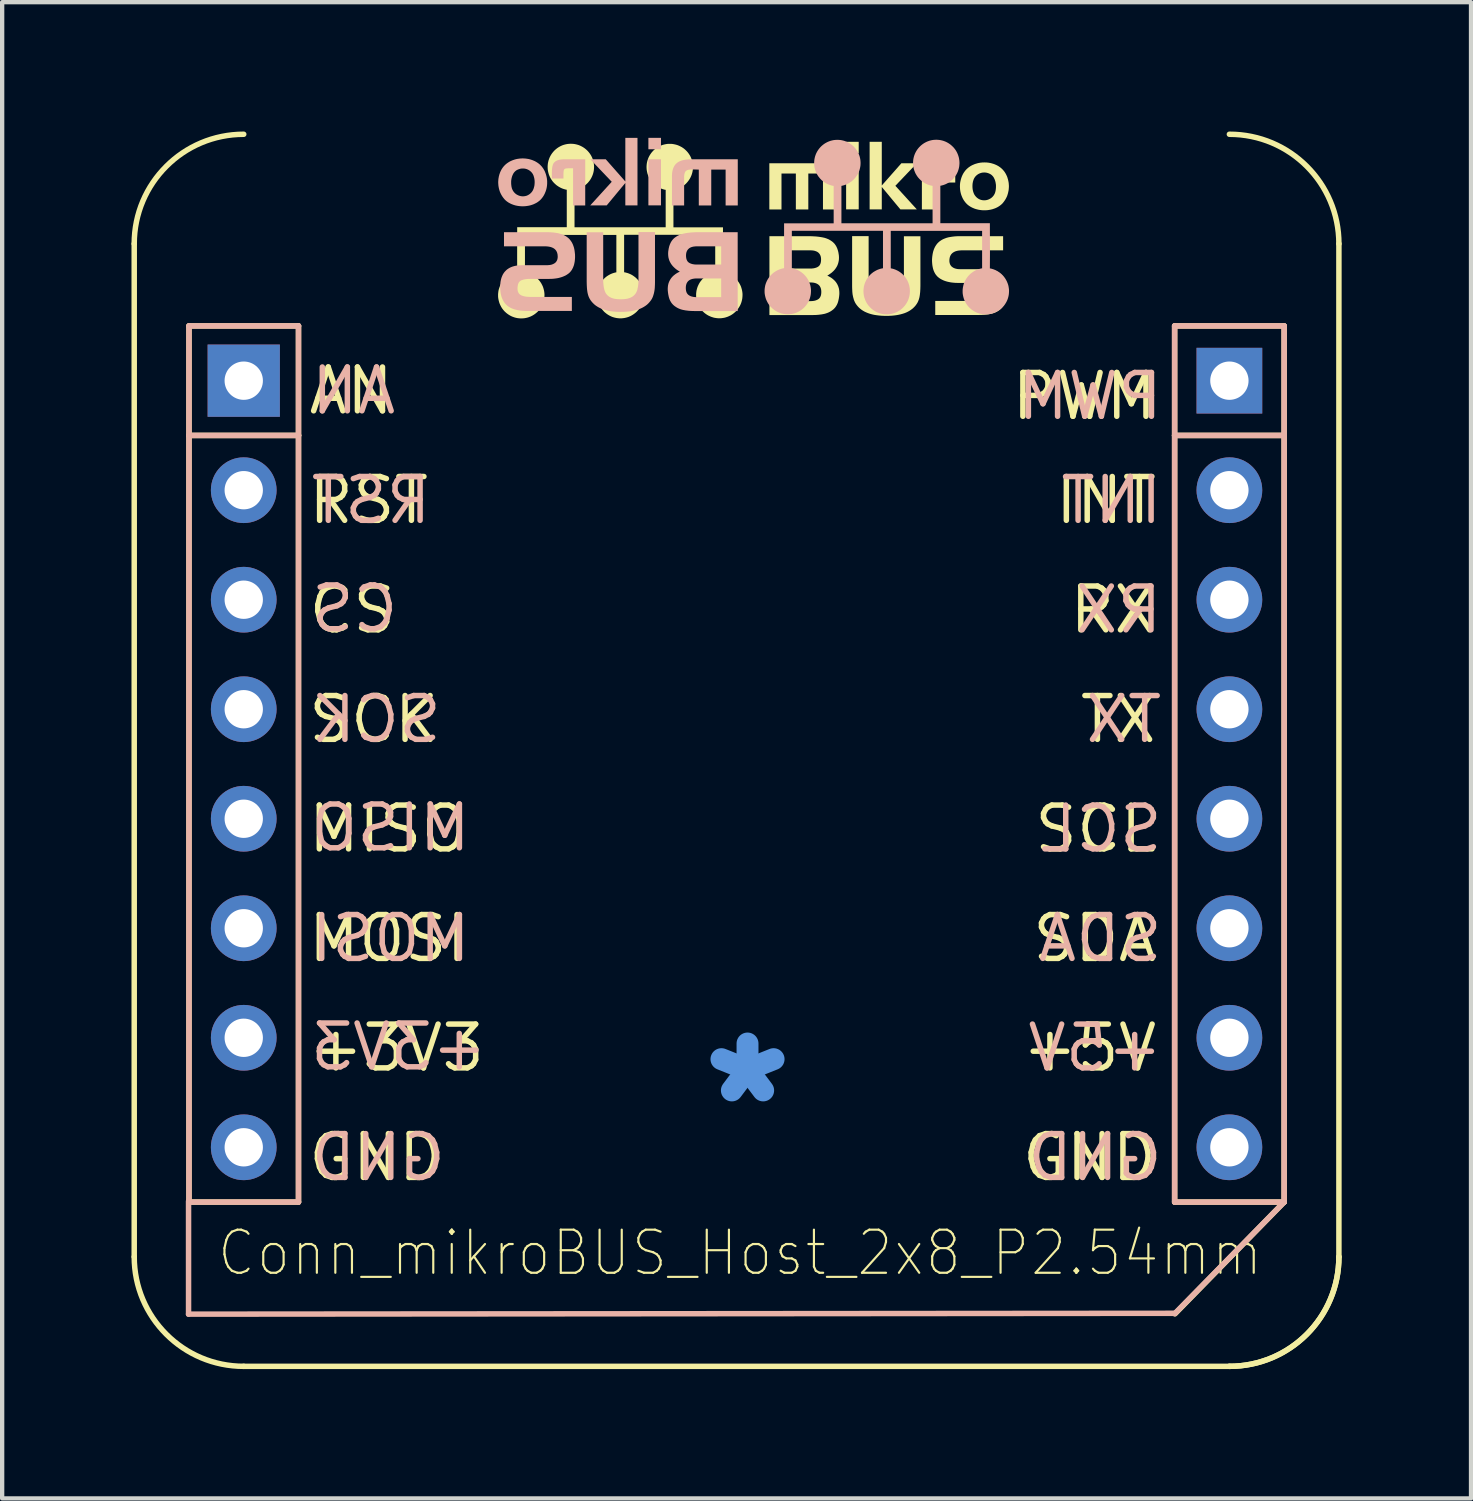
<source format=kicad_pcb>
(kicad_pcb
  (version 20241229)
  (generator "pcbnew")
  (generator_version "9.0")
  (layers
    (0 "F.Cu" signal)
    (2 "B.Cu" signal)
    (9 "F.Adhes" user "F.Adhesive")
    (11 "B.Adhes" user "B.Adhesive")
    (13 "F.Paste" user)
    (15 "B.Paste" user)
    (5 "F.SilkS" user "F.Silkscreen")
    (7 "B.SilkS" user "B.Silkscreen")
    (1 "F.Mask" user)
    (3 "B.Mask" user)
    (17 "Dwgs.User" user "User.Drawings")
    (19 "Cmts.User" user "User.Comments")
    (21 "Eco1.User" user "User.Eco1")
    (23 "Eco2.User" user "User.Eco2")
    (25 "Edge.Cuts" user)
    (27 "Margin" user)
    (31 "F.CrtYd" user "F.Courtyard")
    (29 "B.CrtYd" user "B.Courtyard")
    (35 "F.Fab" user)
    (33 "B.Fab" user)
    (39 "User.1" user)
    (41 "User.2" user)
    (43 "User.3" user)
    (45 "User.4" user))
  (footprint "Conn_mikroBUS_Host_2x8_P2.54mm"
    (layer "F.Cu")
    (at 2.603 5.779)
    (property "Reference" "Conn_mikroBUS_Host_2x8_P2.54mm" (at 11.51 20.23 0) (layer "F.SilkS") (effects (font (size 1 0.9) (thickness 0.05))))
    (attr through_hole)
    (fp_line (start -2.54 -3.175) (end -2.54 20.32) (stroke (width 0.127) (type solid)) (layer "F.SilkS"))
    (fp_line (start -1.27 -1.27) (end -1.27 1.27) (stroke (width 0.127) (type solid)) (layer "F.SilkS"))
    (fp_line (start -1.27 1.27) (end -1.27 19.05) (stroke (width 0.127) (type solid)) (layer "F.SilkS"))
    (fp_line (start -1.27 1.27) (end 1.27 1.27) (stroke (width 0.127) (type solid)) (layer "F.SilkS"))
    (fp_line (start -1.27 19.05) (end 1.27 19.05) (stroke (width 0.127) (type solid)) (layer "F.SilkS"))
    (fp_line (start 0 22.86) (end 22.86 22.86) (stroke (width 0.127) (type solid)) (layer "F.SilkS"))
    (fp_line (start 1.27 -1.27) (end -1.27 -1.27) (stroke (width 0.127) (type solid)) (layer "F.SilkS"))
    (fp_line (start 1.27 1.27) (end 1.27 -1.27) (stroke (width 0.127) (type solid)) (layer "F.SilkS"))
    (fp_line (start 1.27 19.05) (end 1.27 1.27) (stroke (width 0.127) (type solid)) (layer "F.SilkS"))
    (fp_line (start 21.59 -1.27) (end 21.59 1.27) (stroke (width 0.127) (type solid)) (layer "F.SilkS"))
    (fp_line (start 21.59 -1.27) (end 24.13 -1.27) (stroke (width 0.127) (type solid)) (layer "F.SilkS"))
    (fp_line (start 21.59 1.27) (end 21.59 19.05) (stroke (width 0.127) (type solid)) (layer "F.SilkS"))
    (fp_line (start 21.59 1.27) (end 24.13 1.27) (stroke (width 0.127) (type solid)) (layer "F.SilkS"))
    (fp_line (start 21.59 19.05) (end 24.13 19.05) (stroke (width 0.127) (type solid)) (layer "F.SilkS"))
    (fp_line (start 24.13 -1.27) (end 24.13 19.05) (stroke (width 0.127) (type solid)) (layer "F.SilkS"))
    (fp_line (start 24.13 19.05) (end 21.6 21.64) (stroke (width 0.127) (type solid)) (layer "F.SilkS"))
    (fp_line (start 25.4 -3.175) (end 25.4 20.32) (stroke (width 0.127) (type solid)) (layer "F.SilkS"))
    (fp_arc (start -2.54 -3.175) (mid -1.796051 -4.971051) (end 0 -5.715) (stroke (width 0.127) (type solid)) (layer "F.SilkS"))
    (fp_arc (start 0 22.86) (mid -1.796051 22.116051) (end -2.54 20.32) (stroke (width 0.127) (type solid)) (layer "F.SilkS"))
    (fp_arc (start 22.86 -5.715) (mid 24.656051 -4.971051) (end 25.4 -3.175) (stroke (width 0.127) (type solid)) (layer "F.SilkS"))
    (fp_arc (start 25.4 20.32) (mid 24.656051 22.116051) (end 22.86 22.86) (stroke (width 0.127) (type solid)) (layer "F.SilkS"))
    (fp_arc (start 25.4 20.32) (mid 24.656051 22.116051) (end 22.86 22.86) (stroke (width 0.127) (type solid)) (layer "F.SilkS"))
    (fp_poly (pts (xy 14.263 -5.274) (xy 13.971 -5.274) (xy 13.971 -5.54) (xy 14.263 -5.54)) (stroke (width -0.000001) (type solid)) (fill yes) (layer "F.SilkS"))
    (fp_poly (pts (xy 14.263 -3.973) (xy 13.971 -3.973) (xy 13.971 -5.042) (xy 14.263 -5.042)) (stroke (width -0.000001) (type solid)) (fill yes) (layer "F.SilkS"))
    (fp_poly (pts (xy 14.798 -4.527) (xy 15.252 -5.042) (xy 15.61 -5.042) (xy 15.113 -4.52) (xy 15.61 -3.973) (xy 15.229 -3.973) (xy 14.798 -4.493) (xy 14.798 -3.973) (xy 14.516 -3.973) (xy 14.516 -5.54) (xy 14.798 -5.54)) (stroke (width -0.000001) (type solid)) (fill yes) (layer "F.SilkS"))
    (fp_poly (pts (xy 16.236 -5.042) (xy 16.251 -5.041) (xy 16.265 -5.04) (xy 16.28 -5.039) (xy 16.293 -5.037) (xy 16.306 -5.035) (xy 16.319 -5.033) (xy 16.331 -5.031) (xy 16.342 -5.028) (xy 16.353 -5.025) (xy 16.364 -5.021) (xy 16.374 -5.018) (xy 16.383 -5.014) (xy 16.392 -5.01) (xy 16.4 -5.005) (xy 16.408 -5) (xy 16.415 -4.995) (xy 16.423 -4.99) (xy 16.429 -4.985) (xy 16.436 -4.979) (xy 16.442 -4.973) (xy 16.448 -4.967) (xy 16.453 -4.961) (xy 16.458 -4.954) (xy 16.463 -4.948) (xy 16.467 -4.941) (xy 16.471 -4.934) (xy 16.474 -4.927) (xy 16.477 -4.919) (xy 16.48 -4.911) (xy 16.482 -4.903) (xy 16.486 -4.886) (xy 16.49 -4.868) (xy 16.494 -4.848) (xy 16.497 -4.827) (xy 16.499 -4.804) (xy 16.5 -4.781) (xy 16.501 -4.755) (xy 16.502 -4.729) (xy 16.502 -4.595) (xy 16.233 -4.595) (xy 16.233 -4.686) (xy 16.232 -4.705) (xy 16.232 -4.722) (xy 16.231 -4.737) (xy 16.23 -4.751) (xy 16.229 -4.764) (xy 16.227 -4.774) (xy 16.226 -4.784) (xy 16.224 -4.791) (xy 16.222 -4.794) (xy 16.221 -4.798) (xy 16.219 -4.801) (xy 16.217 -4.803) (xy 16.215 -4.806) (xy 16.213 -4.809) (xy 16.211 -4.811) (xy 16.208 -4.814) (xy 16.206 -4.816) (xy 16.203 -4.818) (xy 16.2 -4.82) (xy 16.197 -4.821) (xy 16.194 -4.823) (xy 16.19 -4.824) (xy 16.187 -4.826) (xy 16.183 -4.827) (xy 16.178 -4.828) (xy 16.174 -4.829) (xy 16.169 -4.829) (xy 16.164 -4.83) (xy 16.152 -4.831) (xy 16.138 -4.832) (xy 16.123 -4.833) (xy 16.107 -4.834) (xy 16.088 -4.834) (xy 16.069 -4.834) (xy 16.01 -4.834) (xy 16.01 -3.971) (xy 15.728 -3.971) (xy 15.728 -5.042) (xy 16.204 -5.042)) (stroke (width -0.000001) (type solid)) (fill yes) (layer "F.SilkS"))
    (fp_poly (pts (xy 13.3 -5.042) (xy 13.326 -5.04) (xy 13.351 -5.038) (xy 13.375 -5.036) (xy 13.399 -5.033) (xy 13.421 -5.029) (xy 13.442 -5.025) (xy 13.463 -5.021) (xy 13.473 -5.019) (xy 13.483 -5.016) (xy 13.492 -5.013) (xy 13.502 -5.01) (xy 13.511 -5.007) (xy 13.52 -5.003) (xy 13.529 -5) (xy 13.537 -4.996) (xy 13.546 -4.992) (xy 13.554 -4.987) (xy 13.562 -4.983) (xy 13.57 -4.978) (xy 13.578 -4.973) (xy 13.586 -4.968) (xy 13.593 -4.962) (xy 13.6 -4.957) (xy 13.607 -4.951) (xy 13.614 -4.946) (xy 13.62 -4.94) (xy 13.626 -4.933) (xy 13.633 -4.927) (xy 13.638 -4.92) (xy 13.644 -4.913) (xy 13.649 -4.905) (xy 13.655 -4.898) (xy 13.66 -4.89) (xy 13.665 -4.882) (xy 13.669 -4.873) (xy 13.674 -4.865) (xy 13.678 -4.856) (xy 13.682 -4.847) (xy 13.686 -4.837) (xy 13.689 -4.828) (xy 13.693 -4.818) (xy 13.696 -4.808) (xy 13.699 -4.798) (xy 13.701 -4.787) (xy 13.704 -4.776) (xy 13.706 -4.765) (xy 13.708 -4.753) (xy 13.71 -4.741) (xy 13.711 -4.729) (xy 13.713 -4.716) (xy 13.714 -4.703) (xy 13.715 -4.69) (xy 13.715 -4.677) (xy 13.716 -4.663) (xy 13.716 -4.649) (xy 13.716 -3.971) (xy 13.434 -3.971) (xy 13.434 -4.613) (xy 13.434 -4.628) (xy 13.434 -4.642) (xy 13.433 -4.655) (xy 13.432 -4.668) (xy 13.43 -4.68) (xy 13.428 -4.692) (xy 13.426 -4.703) (xy 13.424 -4.713) (xy 13.421 -4.722) (xy 13.418 -4.731) (xy 13.415 -4.739) (xy 13.411 -4.747) (xy 13.407 -4.754) (xy 13.403 -4.76) (xy 13.398 -4.765) (xy 13.393 -4.77) (xy 13.388 -4.774) (xy 13.382 -4.778) (xy 13.376 -4.782) (xy 13.37 -4.786) (xy 13.362 -4.789) (xy 13.355 -4.792) (xy 13.347 -4.795) (xy 13.338 -4.797) (xy 13.33 -4.799) (xy 13.32 -4.801) (xy 13.31 -4.802) (xy 13.3 -4.803) (xy 13.289 -4.804) (xy 13.278 -4.805) (xy 13.266 -4.805) (xy 13.254 -4.805) (xy 13.187 -4.805) (xy 13.175 -4.805) (xy 13.163 -4.804) (xy 13.14 -4.804) (xy 13.117 -4.804) (xy 13.094 -4.804) (xy 13.094 -3.971) (xy 12.805 -3.971) (xy 12.805 -4.804) (xy 12.472 -4.804) (xy 12.472 -3.971) (xy 12.19 -3.971) (xy 12.19 -5.042) (xy 13.272 -5.042)) (stroke (width -0.000001) (type solid)) (fill yes) (layer "F.SilkS"))
    (fp_poly (pts (xy 14.493 -3.351) (xy 14.493 -2.253) (xy 14.494 -2.214) (xy 14.495 -2.177) (xy 14.498 -2.142) (xy 14.502 -2.109) (xy 14.507 -2.077) (xy 14.513 -2.048) (xy 14.519 -2.02) (xy 14.527 -1.995) (xy 14.531 -1.983) (xy 14.536 -1.971) (xy 14.542 -1.959) (xy 14.548 -1.948) (xy 14.554 -1.938) (xy 14.561 -1.927) (xy 14.568 -1.917) (xy 14.576 -1.908) (xy 14.584 -1.899) (xy 14.593 -1.89) (xy 14.602 -1.881) (xy 14.611 -1.873) (xy 14.621 -1.866) (xy 14.631 -1.858) (xy 14.642 -1.852) (xy 14.653 -1.845) (xy 14.665 -1.839) (xy 14.677 -1.833) (xy 14.69 -1.828) (xy 14.703 -1.823) (xy 14.717 -1.818) (xy 14.731 -1.814) (xy 14.746 -1.811) (xy 14.762 -1.807) (xy 14.778 -1.804) (xy 14.794 -1.802) (xy 14.811 -1.8) (xy 14.829 -1.798) (xy 14.847 -1.797) (xy 14.866 -1.796) (xy 14.885 -1.795) (xy 14.905 -1.795) (xy 14.924 -1.795) (xy 14.944 -1.796) (xy 14.962 -1.797) (xy 14.981 -1.798) (xy 14.998 -1.8) (xy 15.015 -1.802) (xy 15.032 -1.804) (xy 15.047 -1.807) (xy 15.063 -1.811) (xy 15.078 -1.814) (xy 15.092 -1.818) (xy 15.105 -1.823) (xy 15.119 -1.828) (xy 15.131 -1.833) (xy 15.143 -1.839) (xy 15.154 -1.845) (xy 15.165 -1.852) (xy 15.176 -1.858) (xy 15.186 -1.866) (xy 15.196 -1.873) (xy 15.205 -1.881) (xy 15.214 -1.89) (xy 15.222 -1.899) (xy 15.23 -1.908) (xy 15.238 -1.917) (xy 15.245 -1.927) (xy 15.251 -1.938) (xy 15.257 -1.948) (xy 15.263 -1.959) (xy 15.268 -1.971) (xy 15.273 -1.983) (xy 15.277 -1.995) (xy 15.281 -2.007) (xy 15.285 -2.02) (xy 15.288 -2.034) (xy 15.292 -2.048) (xy 15.295 -2.062) (xy 15.297 -2.077) (xy 15.3 -2.093) (xy 15.302 -2.108) (xy 15.304 -2.125) (xy 15.306 -2.141) (xy 15.309 -2.176) (xy 15.31 -2.213) (xy 15.311 -2.251) (xy 15.311 -3.349) (xy 15.694 -3.349) (xy 15.694 -2.242) (xy 15.694 -2.201) (xy 15.693 -2.162) (xy 15.692 -2.124) (xy 15.69 -2.088) (xy 15.688 -2.053) (xy 15.684 -2.021) (xy 15.681 -1.99) (xy 15.676 -1.961) (xy 15.674 -1.947) (xy 15.671 -1.933) (xy 15.668 -1.919) (xy 15.664 -1.906) (xy 15.66 -1.892) (xy 15.656 -1.879) (xy 15.651 -1.866) (xy 15.646 -1.853) (xy 15.641 -1.84) (xy 15.635 -1.828) (xy 15.629 -1.815) (xy 15.622 -1.803) (xy 15.615 -1.791) (xy 15.607 -1.779) (xy 15.599 -1.767) (xy 15.591 -1.756) (xy 15.579 -1.74) (xy 15.566 -1.725) (xy 15.553 -1.711) (xy 15.539 -1.697) (xy 15.525 -1.683) (xy 15.51 -1.67) (xy 15.494 -1.658) (xy 15.478 -1.646) (xy 15.461 -1.634) (xy 15.444 -1.623) (xy 15.425 -1.612) (xy 15.407 -1.602) (xy 15.368 -1.583) (xy 15.326 -1.566) (xy 15.282 -1.552) (xy 15.235 -1.539) (xy 15.186 -1.528) (xy 15.135 -1.519) (xy 15.081 -1.512) (xy 15.025 -1.507) (xy 14.966 -1.504) (xy 14.905 -1.503) (xy 14.843 -1.504) (xy 14.784 -1.507) (xy 14.727 -1.512) (xy 14.673 -1.519) (xy 14.621 -1.527) (xy 14.572 -1.538) (xy 14.525 -1.551) (xy 14.481 -1.566) (xy 14.439 -1.583) (xy 14.4 -1.601) (xy 14.363 -1.622) (xy 14.328 -1.645) (xy 14.296 -1.67) (xy 14.267 -1.696) (xy 14.24 -1.725) (xy 14.215 -1.756) (xy 14.209 -1.764) (xy 14.203 -1.773) (xy 14.197 -1.781) (xy 14.192 -1.79) (xy 14.186 -1.799) (xy 14.181 -1.808) (xy 14.176 -1.817) (xy 14.172 -1.826) (xy 14.168 -1.835) (xy 14.164 -1.844) (xy 14.16 -1.853) (xy 14.156 -1.863) (xy 14.153 -1.872) (xy 14.149 -1.882) (xy 14.146 -1.892) (xy 14.144 -1.902) (xy 14.138 -1.922) (xy 14.133 -1.942) (xy 14.129 -1.961) (xy 14.125 -1.981) (xy 14.121 -2) (xy 14.119 -2.019) (xy 14.117 -2.038) (xy 14.115 -2.057) (xy 14.114 -2.076) (xy 14.113 -2.097) (xy 14.111 -2.141) (xy 14.11 -2.19) (xy 14.11 -2.244) (xy 14.11 -3.353) (xy 14.493 -3.353)) (stroke (width -0.000001) (type solid)) (fill yes) (layer "F.SilkS"))
    (fp_poly (pts (xy 13.171 -3.35) (xy 13.211 -3.348) (xy 13.25 -3.346) (xy 13.288 -3.343) (xy 13.325 -3.339) (xy 13.36 -3.334) (xy 13.394 -3.329) (xy 13.427 -3.323) (xy 13.443 -3.319) (xy 13.459 -3.316) (xy 13.474 -3.312) (xy 13.49 -3.307) (xy 13.505 -3.302) (xy 13.52 -3.297) (xy 13.534 -3.291) (xy 13.549 -3.285) (xy 13.563 -3.279) (xy 13.577 -3.272) (xy 13.59 -3.264) (xy 13.604 -3.256) (xy 13.617 -3.248) (xy 13.63 -3.239) (xy 13.643 -3.23) (xy 13.655 -3.221) (xy 13.667 -3.211) (xy 13.678 -3.2) (xy 13.689 -3.189) (xy 13.7 -3.178) (xy 13.71 -3.165) (xy 13.719 -3.152) (xy 13.728 -3.139) (xy 13.737 -3.125) (xy 13.745 -3.11) (xy 13.752 -3.095) (xy 13.759 -3.08) (xy 13.766 -3.063) (xy 13.772 -3.046) (xy 13.777 -3.029) (xy 13.783 -3.011) (xy 13.787 -2.993) (xy 13.792 -2.973) (xy 13.795 -2.954) (xy 13.798 -2.935) (xy 13.801 -2.917) (xy 13.803 -2.899) (xy 13.804 -2.882) (xy 13.805 -2.866) (xy 13.805 -2.85) (xy 13.804 -2.818) (xy 13.801 -2.787) (xy 13.795 -2.757) (xy 13.788 -2.727) (xy 13.778 -2.698) (xy 13.767 -2.67) (xy 13.753 -2.643) (xy 13.737 -2.617) (xy 13.719 -2.591) (xy 13.699 -2.567) (xy 13.677 -2.543) (xy 13.652 -2.52) (xy 13.626 -2.498) (xy 13.597 -2.477) (xy 13.567 -2.456) (xy 13.534 -2.437) (xy 13.557 -2.426) (xy 13.568 -2.42) (xy 13.579 -2.414) (xy 13.589 -2.408) (xy 13.6 -2.402) (xy 13.61 -2.396) (xy 13.62 -2.39) (xy 13.63 -2.383) (xy 13.639 -2.377) (xy 13.648 -2.37) (xy 13.657 -2.363) (xy 13.666 -2.356) (xy 13.674 -2.348) (xy 13.683 -2.341) (xy 13.691 -2.333) (xy 13.698 -2.326) (xy 13.706 -2.318) (xy 13.713 -2.311) (xy 13.72 -2.303) (xy 13.726 -2.295) (xy 13.733 -2.287) (xy 13.739 -2.279) (xy 13.745 -2.27) (xy 13.75 -2.262) (xy 13.756 -2.253) (xy 13.761 -2.244) (xy 13.766 -2.235) (xy 13.771 -2.226) (xy 13.775 -2.217) (xy 13.779 -2.207) (xy 13.784 -2.198) (xy 13.787 -2.188) (xy 13.791 -2.179) (xy 13.794 -2.169) (xy 13.797 -2.159) (xy 13.8 -2.15) (xy 13.803 -2.139) (xy 13.805 -2.129) (xy 13.807 -2.119) (xy 13.808 -2.109) (xy 13.81 -2.098) (xy 13.811 -2.087) (xy 13.812 -2.077) (xy 13.813 -2.066) (xy 13.813 -2.055) (xy 13.814 -2.043) (xy 13.814 -2.032) (xy 13.814 -2.014) (xy 13.813 -1.996) (xy 13.811 -1.976) (xy 13.809 -1.956) (xy 13.806 -1.936) (xy 13.803 -1.914) (xy 13.799 -1.892) (xy 13.794 -1.87) (xy 13.79 -1.853) (xy 13.786 -1.836) (xy 13.781 -1.82) (xy 13.776 -1.804) (xy 13.77 -1.789) (xy 13.763 -1.775) (xy 13.757 -1.76) (xy 13.749 -1.747) (xy 13.742 -1.734) (xy 13.733 -1.721) (xy 13.725 -1.709) (xy 13.716 -1.697) (xy 13.706 -1.685) (xy 13.696 -1.675) (xy 13.686 -1.664) (xy 13.675 -1.654) (xy 13.663 -1.645) (xy 13.652 -1.636) (xy 13.64 -1.627) (xy 13.628 -1.619) (xy 13.615 -1.611) (xy 13.603 -1.603) (xy 13.59 -1.596) (xy 13.577 -1.59) (xy 13.564 -1.583) (xy 13.55 -1.577) (xy 13.537 -1.572) (xy 13.523 -1.567) (xy 13.509 -1.562) (xy 13.494 -1.557) (xy 13.479 -1.553) (xy 13.465 -1.549) (xy 13.433 -1.543) (xy 13.401 -1.537) (xy 13.368 -1.533) (xy 13.335 -1.529) (xy 13.302 -1.526) (xy 13.267 -1.524) (xy 13.232 -1.523) (xy 13.195 -1.522) (xy 13.195 -1.522) (xy 12.192 -1.522) (xy 12.192 -1.845) (xy 12.575 -1.845) (xy 13.142 -1.845) (xy 13.157 -1.845) (xy 13.171 -1.846) (xy 13.185 -1.847) (xy 13.199 -1.848) (xy 13.212 -1.85) (xy 13.225 -1.852) (xy 13.237 -1.854) (xy 13.249 -1.857) (xy 13.26 -1.86) (xy 13.271 -1.864) (xy 13.282 -1.868) (xy 13.292 -1.872) (xy 13.302 -1.877) (xy 13.312 -1.882) (xy 13.321 -1.887) (xy 13.329 -1.893) (xy 13.333 -1.896) (xy 13.337 -1.899) (xy 13.341 -1.903) (xy 13.345 -1.906) (xy 13.348 -1.91) (xy 13.352 -1.914) (xy 13.355 -1.917) (xy 13.358 -1.922) (xy 13.361 -1.926) (xy 13.364 -1.93) (xy 13.367 -1.934) (xy 13.37 -1.939) (xy 13.372 -1.944) (xy 13.374 -1.949) (xy 13.379 -1.959) (xy 13.383 -1.969) (xy 13.386 -1.98) (xy 13.389 -1.992) (xy 13.391 -2.004) (xy 13.393 -2.017) (xy 13.394 -2.031) (xy 13.395 -2.044) (xy 13.395 -2.059) (xy 13.395 -2.072) (xy 13.394 -2.085) (xy 13.393 -2.098) (xy 13.391 -2.11) (xy 13.389 -2.122) (xy 13.386 -2.133) (xy 13.383 -2.144) (xy 13.379 -2.155) (xy 13.375 -2.165) (xy 13.37 -2.174) (xy 13.365 -2.184) (xy 13.36 -2.192) (xy 13.353 -2.201) (xy 13.347 -2.209) (xy 13.34 -2.216) (xy 13.332 -2.223) (xy 13.324 -2.23) (xy 13.315 -2.236) (xy 13.306 -2.242) (xy 13.296 -2.247) (xy 13.286 -2.252) (xy 13.276 -2.257) (xy 13.265 -2.261) (xy 13.253 -2.264) (xy 13.241 -2.268) (xy 13.228 -2.27) (xy 13.215 -2.273) (xy 13.201 -2.275) (xy 13.187 -2.276) (xy 13.173 -2.277) (xy 13.158 -2.278) (xy 13.142 -2.278) (xy 12.575 -2.278) (xy 12.575 -1.845) (xy 12.192 -1.845) (xy 12.192 -2.601) (xy 12.575 -2.601) (xy 13.137 -2.601) (xy 13.152 -2.601) (xy 13.166 -2.601) (xy 13.181 -2.602) (xy 13.194 -2.604) (xy 13.208 -2.605) (xy 13.221 -2.607) (xy 13.233 -2.61) (xy 13.245 -2.612) (xy 13.257 -2.616) (xy 13.268 -2.619) (xy 13.279 -2.623) (xy 13.289 -2.627) (xy 13.299 -2.631) (xy 13.308 -2.636) (xy 13.317 -2.642) (xy 13.326 -2.647) (xy 13.329 -2.65) (xy 13.333 -2.653) (xy 13.337 -2.656) (xy 13.341 -2.66) (xy 13.344 -2.663) (xy 13.347 -2.667) (xy 13.351 -2.67) (xy 13.354 -2.674) (xy 13.357 -2.678) (xy 13.359 -2.683) (xy 13.362 -2.687) (xy 13.365 -2.691) (xy 13.367 -2.696) (xy 13.369 -2.701) (xy 13.374 -2.711) (xy 13.377 -2.721) (xy 13.381 -2.732) (xy 13.383 -2.744) (xy 13.386 -2.756) (xy 13.387 -2.768) (xy 13.389 -2.781) (xy 13.389 -2.795) (xy 13.39 -2.809) (xy 13.389 -2.822) (xy 13.389 -2.835) (xy 13.388 -2.847) (xy 13.386 -2.859) (xy 13.384 -2.871) (xy 13.381 -2.882) (xy 13.378 -2.893) (xy 13.374 -2.903) (xy 13.37 -2.913) (xy 13.365 -2.922) (xy 13.36 -2.931) (xy 13.354 -2.94) (xy 13.348 -2.948) (xy 13.341 -2.955) (xy 13.334 -2.963) (xy 13.327 -2.97) (xy 13.319 -2.976) (xy 13.31 -2.982) (xy 13.301 -2.988) (xy 13.291 -2.993) (xy 13.281 -2.998) (xy 13.27 -3.002) (xy 13.259 -3.006) (xy 13.248 -3.01) (xy 13.235 -3.013) (xy 13.223 -3.016) (xy 13.21 -3.018) (xy 13.196 -3.02) (xy 13.182 -3.021) (xy 13.167 -3.022) (xy 13.152 -3.023) (xy 13.137 -3.023) (xy 12.575 -3.023) (xy 12.575 -2.601) (xy 12.192 -2.601) (xy 12.192 -3.351) (xy 13.129 -3.351)) (stroke (width -0.000001) (type solid)) (fill yes) (layer "F.SilkS"))
    (fp_poly (pts (xy 17.612 -3.023) (xy 16.664 -3.023) (xy 16.628 -3.022) (xy 16.594 -3.019) (xy 16.562 -3.015) (xy 16.533 -3.008) (xy 16.519 -3.004) (xy 16.506 -3) (xy 16.494 -2.995) (xy 16.482 -2.989) (xy 16.471 -2.983) (xy 16.46 -2.977) (xy 16.45 -2.97) (xy 16.44 -2.963) (xy 16.431 -2.955) (xy 16.423 -2.947) (xy 16.415 -2.939) (xy 16.408 -2.93) (xy 16.401 -2.92) (xy 16.395 -2.91) (xy 16.39 -2.899) (xy 16.385 -2.888) (xy 16.38 -2.877) (xy 16.377 -2.865) (xy 16.373 -2.853) (xy 16.371 -2.84) (xy 16.369 -2.827) (xy 16.367 -2.813) (xy 16.366 -2.784) (xy 16.366 -2.772) (xy 16.367 -2.76) (xy 16.369 -2.748) (xy 16.37 -2.737) (xy 16.373 -2.726) (xy 16.376 -2.716) (xy 16.379 -2.706) (xy 16.383 -2.696) (xy 16.388 -2.687) (xy 16.393 -2.678) (xy 16.398 -2.67) (xy 16.405 -2.662) (xy 16.411 -2.654) (xy 16.418 -2.647) (xy 16.426 -2.641) (xy 16.434 -2.635) (xy 16.442 -2.629) (xy 16.451 -2.623) (xy 16.46 -2.618) (xy 16.47 -2.613) (xy 16.48 -2.609) (xy 16.49 -2.605) (xy 16.5 -2.602) (xy 16.511 -2.598) (xy 16.522 -2.596) (xy 16.534 -2.593) (xy 16.545 -2.591) (xy 16.557 -2.589) (xy 16.57 -2.588) (xy 16.582 -2.587) (xy 16.595 -2.587) (xy 16.609 -2.586) (xy 17.117 -2.586) (xy 17.168 -2.586) (xy 17.214 -2.585) (xy 17.236 -2.584) (xy 17.256 -2.583) (xy 17.275 -2.581) (xy 17.293 -2.579) (xy 17.302 -2.579) (xy 17.31 -2.578) (xy 17.328 -2.575) (xy 17.346 -2.572) (xy 17.364 -2.568) (xy 17.382 -2.563) (xy 17.4 -2.558) (xy 17.418 -2.552) (xy 17.436 -2.545) (xy 17.453 -2.538) (xy 17.462 -2.534) (xy 17.471 -2.53) (xy 17.479 -2.525) (xy 17.487 -2.521) (xy 17.496 -2.516) (xy 17.504 -2.512) (xy 17.511 -2.507) (xy 17.519 -2.502) (xy 17.527 -2.496) (xy 17.534 -2.491) (xy 17.541 -2.485) (xy 17.548 -2.479) (xy 17.555 -2.473) (xy 17.562 -2.467) (xy 17.579 -2.451) (xy 17.595 -2.433) (xy 17.609 -2.415) (xy 17.623 -2.395) (xy 17.635 -2.374) (xy 17.647 -2.352) (xy 17.657 -2.329) (xy 17.666 -2.304) (xy 17.675 -2.279) (xy 17.682 -2.252) (xy 17.688 -2.225) (xy 17.692 -2.196) (xy 17.696 -2.166) (xy 17.699 -2.135) (xy 17.701 -2.103) (xy 17.701 -2.07) (xy 17.7 -2.032) (xy 17.697 -1.996) (xy 17.693 -1.961) (xy 17.691 -1.945) (xy 17.688 -1.928) (xy 17.685 -1.912) (xy 17.681 -1.896) (xy 17.677 -1.881) (xy 17.673 -1.866) (xy 17.669 -1.851) (xy 17.664 -1.837) (xy 17.659 -1.823) (xy 17.653 -1.809) (xy 17.647 -1.796) (xy 17.641 -1.783) (xy 17.635 -1.771) (xy 17.628 -1.759) (xy 17.621 -1.747) (xy 17.614 -1.736) (xy 17.607 -1.725) (xy 17.599 -1.714) (xy 17.591 -1.704) (xy 17.583 -1.694) (xy 17.574 -1.684) (xy 17.565 -1.674) (xy 17.556 -1.665) (xy 17.547 -1.657) (xy 17.537 -1.648) (xy 17.526 -1.64) (xy 17.516 -1.632) (xy 17.506 -1.625) (xy 17.495 -1.618) (xy 17.484 -1.611) (xy 17.473 -1.605) (xy 17.461 -1.598) (xy 17.449 -1.592) (xy 17.437 -1.587) (xy 17.425 -1.581) (xy 17.412 -1.576) (xy 17.399 -1.571) (xy 17.386 -1.567) (xy 17.372 -1.562) (xy 17.359 -1.558) (xy 17.345 -1.554) (xy 17.33 -1.551) (xy 17.301 -1.545) (xy 17.271 -1.539) (xy 17.239 -1.535) (xy 17.206 -1.531) (xy 17.172 -1.528) (xy 17.136 -1.526) (xy 17.099 -1.525) (xy 17.061 -1.524) (xy 16.038 -1.524) (xy 16.038 -1.85) (xy 17.002 -1.85) (xy 17.02 -1.85) (xy 17.036 -1.851) (xy 17.053 -1.852) (xy 17.068 -1.853) (xy 17.084 -1.854) (xy 17.098 -1.856) (xy 17.113 -1.858) (xy 17.127 -1.861) (xy 17.14 -1.864) (xy 17.153 -1.867) (xy 17.165 -1.87) (xy 17.177 -1.874) (xy 17.189 -1.878) (xy 17.2 -1.882) (xy 17.21 -1.886) (xy 17.22 -1.891) (xy 17.225 -1.894) (xy 17.229 -1.897) (xy 17.234 -1.9) (xy 17.238 -1.903) (xy 17.242 -1.906) (xy 17.246 -1.91) (xy 17.25 -1.913) (xy 17.254 -1.917) (xy 17.258 -1.921) (xy 17.261 -1.924) (xy 17.264 -1.929) (xy 17.267 -1.933) (xy 17.27 -1.937) (xy 17.273 -1.941) (xy 17.276 -1.946) (xy 17.279 -1.951) (xy 17.281 -1.956) (xy 17.283 -1.961) (xy 17.285 -1.966) (xy 17.287 -1.971) (xy 17.289 -1.977) (xy 17.291 -1.982) (xy 17.292 -1.988) (xy 17.293 -1.994) (xy 17.295 -2) (xy 17.296 -2.006) (xy 17.296 -2.012) (xy 17.297 -2.019) (xy 17.298 -2.026) (xy 17.298 -2.032) (xy 17.298 -2.039) (xy 17.298 -2.046) (xy 17.298 -2.054) (xy 17.298 -2.058) (xy 17.298 -2.063) (xy 17.297 -2.069) (xy 17.297 -2.075) (xy 17.296 -2.078) (xy 17.296 -2.082) (xy 17.295 -2.085) (xy 17.295 -2.089) (xy 17.294 -2.102) (xy 17.292 -2.115) (xy 17.29 -2.127) (xy 17.287 -2.138) (xy 17.284 -2.149) (xy 17.28 -2.159) (xy 17.276 -2.169) (xy 17.271 -2.178) (xy 17.266 -2.186) (xy 17.261 -2.194) (xy 17.255 -2.201) (xy 17.249 -2.208) (xy 17.242 -2.214) (xy 17.235 -2.22) (xy 17.228 -2.225) (xy 17.22 -2.23) (xy 17.211 -2.234) (xy 17.202 -2.238) (xy 17.193 -2.241) (xy 17.183 -2.245) (xy 17.173 -2.248) (xy 17.162 -2.251) (xy 17.151 -2.253) (xy 17.139 -2.256) (xy 17.127 -2.258) (xy 17.114 -2.26) (xy 17.101 -2.262) (xy 17.087 -2.264) (xy 17.073 -2.265) (xy 17.058 -2.266) (xy 17.043 -2.267) (xy 17.027 -2.267) (xy 16.575 -2.267) (xy 16.538 -2.268) (xy 16.503 -2.269) (xy 16.468 -2.272) (xy 16.435 -2.275) (xy 16.403 -2.279) (xy 16.372 -2.285) (xy 16.342 -2.291) (xy 16.313 -2.298) (xy 16.285 -2.306) (xy 16.258 -2.315) (xy 16.232 -2.325) (xy 16.208 -2.336) (xy 16.184 -2.348) (xy 16.162 -2.36) (xy 16.14 -2.374) (xy 16.12 -2.389) (xy 16.111 -2.396) (xy 16.101 -2.404) (xy 16.092 -2.413) (xy 16.083 -2.421) (xy 16.075 -2.43) (xy 16.067 -2.44) (xy 16.059 -2.449) (xy 16.051 -2.459) (xy 16.044 -2.47) (xy 16.037 -2.48) (xy 16.024 -2.503) (xy 16.013 -2.526) (xy 16.002 -2.551) (xy 15.993 -2.578) (xy 15.985 -2.605) (xy 15.979 -2.634) (xy 15.973 -2.665) (xy 15.969 -2.696) (xy 15.966 -2.729) (xy 15.964 -2.763) (xy 15.963 -2.799) (xy 15.965 -2.837) (xy 15.968 -2.873) (xy 15.973 -2.909) (xy 15.978 -2.942) (xy 15.982 -2.959) (xy 15.985 -2.975) (xy 15.989 -2.99) (xy 15.993 -3.006) (xy 15.998 -3.02) (xy 16.003 -3.035) (xy 16.008 -3.049) (xy 16.013 -3.062) (xy 16.019 -3.075) (xy 16.025 -3.088) (xy 16.032 -3.101) (xy 16.038 -3.113) (xy 16.045 -3.125) (xy 16.053 -3.136) (xy 16.06 -3.148) (xy 16.068 -3.158) (xy 16.076 -3.169) (xy 16.084 -3.179) (xy 16.093 -3.189) (xy 16.102 -3.198) (xy 16.111 -3.207) (xy 16.12 -3.215) (xy 16.13 -3.224) (xy 16.14 -3.232) (xy 16.15 -3.239) (xy 16.161 -3.247) (xy 16.172 -3.254) (xy 16.183 -3.261) (xy 16.194 -3.268) (xy 16.206 -3.274) (xy 16.218 -3.28) (xy 16.23 -3.286) (xy 16.242 -3.291) (xy 16.255 -3.296) (xy 16.268 -3.301) (xy 16.281 -3.306) (xy 16.294 -3.311) (xy 16.308 -3.315) (xy 16.322 -3.319) (xy 16.336 -3.323) (xy 16.365 -3.329) (xy 16.396 -3.334) (xy 16.427 -3.339) (xy 16.46 -3.343) (xy 16.494 -3.347) (xy 16.529 -3.349) (xy 16.566 -3.351) (xy 16.603 -3.351) (xy 17.612 -3.351)) (stroke (width -0.000001) (type solid)) (fill yes) (layer "F.SilkS"))
    (fp_poly (pts (xy 17.208 -5.061) (xy 17.223 -5.061) (xy 17.237 -5.06) (xy 17.251 -5.058) (xy 17.265 -5.057) (xy 17.279 -5.055) (xy 17.293 -5.052) (xy 17.307 -5.05) (xy 17.321 -5.047) (xy 17.335 -5.044) (xy 17.349 -5.04) (xy 17.362 -5.036) (xy 17.376 -5.032) (xy 17.39 -5.028) (xy 17.403 -5.023) (xy 17.417 -5.018) (xy 17.43 -5.012) (xy 17.443 -5.007) (xy 17.456 -5.001) (xy 17.468 -4.995) (xy 17.481 -4.988) (xy 17.492 -4.982) (xy 17.504 -4.975) (xy 17.515 -4.968) (xy 17.526 -4.96) (xy 17.537 -4.953) (xy 17.548 -4.945) (xy 17.558 -4.936) (xy 17.568 -4.928) (xy 17.578 -4.919) (xy 17.587 -4.911) (xy 17.597 -4.901) (xy 17.606 -4.891) (xy 17.615 -4.881) (xy 17.623 -4.871) (xy 17.632 -4.861) (xy 17.64 -4.85) (xy 17.648 -4.839) (xy 17.655 -4.828) (xy 17.662 -4.817) (xy 17.669 -4.805) (xy 17.676 -4.793) (xy 17.682 -4.781) (xy 17.688 -4.769) (xy 17.694 -4.756) (xy 17.7 -4.743) (xy 17.705 -4.731) (xy 17.71 -4.717) (xy 17.714 -4.704) (xy 17.718 -4.69) (xy 17.722 -4.676) (xy 17.726 -4.663) (xy 17.729 -4.649) (xy 17.732 -4.635) (xy 17.735 -4.621) (xy 17.738 -4.607) (xy 17.74 -4.593) (xy 17.742 -4.579) (xy 17.743 -4.565) (xy 17.744 -4.551) (xy 17.745 -4.536) (xy 17.746 -4.522) (xy 17.746 -4.508) (xy 17.746 -4.493) (xy 17.745 -4.479) (xy 17.744 -4.465) (xy 17.743 -4.451) (xy 17.742 -4.436) (xy 17.74 -4.422) (xy 17.738 -4.408) (xy 17.735 -4.394) (xy 17.732 -4.38) (xy 17.729 -4.366) (xy 17.726 -4.352) (xy 17.722 -4.338) (xy 17.714 -4.311) (xy 17.705 -4.283) (xy 17.699 -4.27) (xy 17.693 -4.257) (xy 17.687 -4.244) (xy 17.68 -4.232) (xy 17.674 -4.219) (xy 17.667 -4.207) (xy 17.66 -4.196) (xy 17.652 -4.184) (xy 17.645 -4.173) (xy 17.637 -4.162) (xy 17.629 -4.151) (xy 17.621 -4.14) (xy 17.612 -4.13) (xy 17.604 -4.119) (xy 17.595 -4.109) (xy 17.585 -4.1) (xy 17.585 -4.1) (xy 17.576 -4.091) (xy 17.566 -4.082) (xy 17.556 -4.074) (xy 17.546 -4.066) (xy 17.535 -4.058) (xy 17.524 -4.05) (xy 17.513 -4.043) (xy 17.502 -4.036) (xy 17.49 -4.029) (xy 17.478 -4.022) (xy 17.466 -4.016) (xy 17.453 -4.01) (xy 17.441 -4.004) (xy 17.428 -3.999) (xy 17.415 -3.994) (xy 17.402 -3.989) (xy 17.388 -3.985) (xy 17.375 -3.98) (xy 17.361 -3.976) (xy 17.348 -3.973) (xy 17.334 -3.969) (xy 17.32 -3.966) (xy 17.306 -3.964) (xy 17.292 -3.961) (xy 17.278 -3.959) (xy 17.264 -3.957) (xy 17.25 -3.955) (xy 17.235 -3.954) (xy 17.221 -3.953) (xy 17.206 -3.952) (xy 17.192 -3.952) (xy 17.177 -3.952) (xy 17.148 -3.952) (xy 17.12 -3.954) (xy 17.092 -3.957) (xy 17.064 -3.961) (xy 17.036 -3.966) (xy 17.008 -3.973) (xy 16.98 -3.98) (xy 16.953 -3.989) (xy 16.939 -3.994) (xy 16.926 -4) (xy 16.913 -4.005) (xy 16.9 -4.011) (xy 16.888 -4.017) (xy 16.876 -4.023) (xy 16.864 -4.03) (xy 16.852 -4.036) (xy 16.841 -4.043) (xy 16.83 -4.051) (xy 16.819 -4.058) (xy 16.808 -4.066) (xy 16.798 -4.074) (xy 16.788 -4.082) (xy 16.778 -4.091) (xy 16.769 -4.1) (xy 16.76 -4.109) (xy 16.751 -4.119) (xy 16.742 -4.129) (xy 16.733 -4.139) (xy 16.725 -4.15) (xy 16.717 -4.161) (xy 16.709 -4.172) (xy 16.701 -4.183) (xy 16.694 -4.195) (xy 16.687 -4.207) (xy 16.68 -4.219) (xy 16.674 -4.231) (xy 16.668 -4.244) (xy 16.662 -4.257) (xy 16.657 -4.27) (xy 16.651 -4.283) (xy 16.646 -4.297) (xy 16.641 -4.31) (xy 16.637 -4.324) (xy 16.633 -4.337) (xy 16.629 -4.351) (xy 16.626 -4.365) (xy 16.623 -4.379) (xy 16.62 -4.393) (xy 16.618 -4.407) (xy 16.616 -4.421) (xy 16.614 -4.435) (xy 16.613 -4.45) (xy 16.612 -4.464) (xy 16.611 -4.479) (xy 16.611 -4.493) (xy 16.61 -4.508) (xy 16.901 -4.508) (xy 16.901 -4.495) (xy 16.902 -4.482) (xy 16.902 -4.469) (xy 16.904 -4.457) (xy 16.905 -4.445) (xy 16.907 -4.432) (xy 16.909 -4.42) (xy 16.912 -4.409) (xy 16.914 -4.397) (xy 16.918 -4.385) (xy 16.921 -4.374) (xy 16.925 -4.363) (xy 16.929 -4.351) (xy 16.934 -4.34) (xy 16.938 -4.33) (xy 16.944 -4.319) (xy 16.95 -4.308) (xy 16.957 -4.298) (xy 16.964 -4.289) (xy 16.971 -4.279) (xy 16.979 -4.271) (xy 16.986 -4.262) (xy 16.995 -4.254) (xy 17.003 -4.246) (xy 17.012 -4.239) (xy 17.021 -4.232) (xy 17.03 -4.226) (xy 17.039 -4.22) (xy 17.049 -4.214) (xy 17.059 -4.209) (xy 17.07 -4.204) (xy 17.081 -4.199) (xy 17.081 -4.199) (xy 17.092 -4.196) (xy 17.098 -4.194) (xy 17.104 -4.192) (xy 17.109 -4.191) (xy 17.115 -4.19) (xy 17.121 -4.188) (xy 17.127 -4.187) (xy 17.132 -4.186) (xy 17.138 -4.186) (xy 17.144 -4.185) (xy 17.15 -4.184) (xy 17.156 -4.184) (xy 17.162 -4.184) (xy 17.168 -4.183) (xy 17.174 -4.183) (xy 17.184 -4.184) (xy 17.195 -4.184) (xy 17.205 -4.185) (xy 17.215 -4.187) (xy 17.226 -4.188) (xy 17.236 -4.191) (xy 17.246 -4.193) (xy 17.255 -4.196) (xy 17.265 -4.2) (xy 17.275 -4.203) (xy 17.284 -4.207) (xy 17.294 -4.212) (xy 17.303 -4.217) (xy 17.312 -4.222) (xy 17.321 -4.227) (xy 17.33 -4.233) (xy 17.339 -4.24) (xy 17.347 -4.246) (xy 17.355 -4.253) (xy 17.363 -4.261) (xy 17.37 -4.268) (xy 17.377 -4.276) (xy 17.384 -4.284) (xy 17.39 -4.292) (xy 17.396 -4.301) (xy 17.402 -4.31) (xy 17.407 -4.319) (xy 17.412 -4.328) (xy 17.417 -4.338) (xy 17.421 -4.348) (xy 17.425 -4.358) (xy 17.428 -4.369) (xy 17.433 -4.386) (xy 17.436 -4.402) (xy 17.44 -4.419) (xy 17.442 -4.436) (xy 17.444 -4.454) (xy 17.445 -4.47) (xy 17.446 -4.487) (xy 17.446 -4.504) (xy 17.446 -4.517) (xy 17.446 -4.53) (xy 17.445 -4.543) (xy 17.444 -4.555) (xy 17.442 -4.567) (xy 17.44 -4.579) (xy 17.438 -4.591) (xy 17.436 -4.603) (xy 17.433 -4.615) (xy 17.43 -4.626) (xy 17.427 -4.637) (xy 17.423 -4.649) (xy 17.419 -4.66) (xy 17.415 -4.67) (xy 17.41 -4.681) (xy 17.405 -4.691) (xy 17.4 -4.702) (xy 17.395 -4.711) (xy 17.389 -4.721) (xy 17.383 -4.73) (xy 17.376 -4.738) (xy 17.369 -4.747) (xy 17.362 -4.754) (xy 17.354 -4.762) (xy 17.346 -4.769) (xy 17.338 -4.776) (xy 17.329 -4.782) (xy 17.32 -4.788) (xy 17.311 -4.793) (xy 17.301 -4.798) (xy 17.291 -4.803) (xy 17.281 -4.807) (xy 17.274 -4.81) (xy 17.268 -4.812) (xy 17.261 -4.814) (xy 17.255 -4.817) (xy 17.248 -4.818) (xy 17.242 -4.82) (xy 17.235 -4.822) (xy 17.229 -4.823) (xy 17.222 -4.824) (xy 17.216 -4.826) (xy 17.209 -4.826) (xy 17.203 -4.827) (xy 17.196 -4.828) (xy 17.19 -4.828) (xy 17.184 -4.828) (xy 17.177 -4.829) (xy 17.166 -4.828) (xy 17.155 -4.828) (xy 17.145 -4.827) (xy 17.134 -4.826) (xy 17.124 -4.824) (xy 17.113 -4.822) (xy 17.103 -4.819) (xy 17.093 -4.816) (xy 17.083 -4.813) (xy 17.073 -4.809) (xy 17.063 -4.805) (xy 17.054 -4.801) (xy 17.044 -4.796) (xy 17.035 -4.791) (xy 17.026 -4.785) (xy 17.017 -4.779) (xy 17.008 -4.772) (xy 16.999 -4.765) (xy 16.991 -4.758) (xy 16.984 -4.751) (xy 16.976 -4.743) (xy 16.969 -4.735) (xy 16.963 -4.727) (xy 16.957 -4.719) (xy 16.951 -4.71) (xy 16.945 -4.701) (xy 16.94 -4.692) (xy 16.936 -4.683) (xy 16.931 -4.673) (xy 16.927 -4.664) (xy 16.924 -4.653) (xy 16.92 -4.643) (xy 16.918 -4.635) (xy 16.916 -4.627) (xy 16.913 -4.619) (xy 16.911 -4.611) (xy 16.91 -4.602) (xy 16.908 -4.594) (xy 16.905 -4.577) (xy 16.903 -4.56) (xy 16.902 -4.542) (xy 16.901 -4.525) (xy 16.901 -4.508) (xy 16.61 -4.508) (xy 16.611 -4.522) (xy 16.611 -4.536) (xy 16.612 -4.55) (xy 16.613 -4.564) (xy 16.614 -4.577) (xy 16.616 -4.591) (xy 16.618 -4.605) (xy 16.621 -4.619) (xy 16.624 -4.632) (xy 16.627 -4.646) (xy 16.63 -4.66) (xy 16.634 -4.673) (xy 16.638 -4.687) (xy 16.642 -4.7) (xy 16.651 -4.727) (xy 16.657 -4.74) (xy 16.662 -4.753) (xy 16.668 -4.766) (xy 16.674 -4.778) (xy 16.68 -4.791) (xy 16.687 -4.803) (xy 16.694 -4.815) (xy 16.701 -4.826) (xy 16.709 -4.837) (xy 16.717 -4.849) (xy 16.725 -4.859) (xy 16.733 -4.87) (xy 16.742 -4.881) (xy 16.751 -4.891) (xy 16.761 -4.901) (xy 16.771 -4.911) (xy 16.78 -4.919) (xy 16.79 -4.928) (xy 16.8 -4.936) (xy 16.81 -4.945) (xy 16.821 -4.953) (xy 16.832 -4.96) (xy 16.843 -4.968) (xy 16.854 -4.975) (xy 16.865 -4.982) (xy 16.877 -4.988) (xy 16.889 -4.995) (xy 16.902 -5.001) (xy 16.915 -5.007) (xy 16.928 -5.012) (xy 16.941 -5.018) (xy 16.954 -5.023) (xy 16.968 -5.028) (xy 16.982 -5.032) (xy 16.996 -5.036) (xy 17.009 -5.04) (xy 17.023 -5.044) (xy 17.037 -5.047) (xy 17.051 -5.05) (xy 17.065 -5.052) (xy 17.079 -5.055) (xy 17.093 -5.057) (xy 17.108 -5.058) (xy 17.122 -5.06) (xy 17.136 -5.061) (xy 17.15 -5.061) (xy 17.179 -5.062)) (stroke (width -0.000001) (type solid)) (fill yes) (layer "F.SilkS"))
    (fp_poly (pts (xy 7.614 -5.494) (xy 7.642 -5.492) (xy 7.669 -5.489) (xy 7.695 -5.484) (xy 7.721 -5.478) (xy 7.747 -5.471) (xy 7.772 -5.463) (xy 7.796 -5.453) (xy 7.82 -5.442) (xy 7.843 -5.43) (xy 7.866 -5.417) (xy 7.888 -5.403) (xy 7.909 -5.388) (xy 7.929 -5.372) (xy 7.949 -5.355) (xy 7.967 -5.338) (xy 7.985 -5.319) (xy 8.002 -5.299) (xy 8.018 -5.279) (xy 8.033 -5.258) (xy 8.047 -5.236) (xy 8.06 -5.214) (xy 8.072 -5.19) (xy 8.083 -5.167) (xy 8.092 -5.142) (xy 8.101 -5.117) (xy 8.108 -5.092) (xy 8.114 -5.065) (xy 8.119 -5.039) (xy 8.122 -5.012) (xy 8.124 -4.985) (xy 8.125 -4.957) (xy 8.124 -4.932) (xy 8.122 -4.907) (xy 8.12 -4.883) (xy 8.116 -4.858) (xy 8.111 -4.835) (xy 8.105 -4.811) (xy 8.098 -4.789) (xy 8.09 -4.766) (xy 8.081 -4.744) (xy 8.071 -4.723) (xy 8.061 -4.702) (xy 8.049 -4.681) (xy 8.037 -4.662) (xy 8.024 -4.642) (xy 8.009 -4.624) (xy 7.995 -4.606) (xy 7.979 -4.588) (xy 7.963 -4.572) (xy 7.946 -4.556) (xy 7.928 -4.541) (xy 7.91 -4.527) (xy 7.891 -4.513) (xy 7.871 -4.5) (xy 7.851 -4.488) (xy 7.83 -4.477) (xy 7.809 -4.467) (xy 7.787 -4.458) (xy 7.765 -4.449) (xy 7.743 -4.442) (xy 7.719 -4.436) (xy 7.696 -4.43) (xy 7.672 -4.426) (xy 7.672 -3.558) (xy 9.786 -3.558) (xy 9.786 -4.426) (xy 9.762 -4.43) (xy 9.739 -4.436) (xy 9.717 -4.443) (xy 9.695 -4.45) (xy 9.673 -4.459) (xy 9.652 -4.468) (xy 9.631 -4.479) (xy 9.611 -4.49) (xy 9.591 -4.502) (xy 9.572 -4.515) (xy 9.553 -4.528) (xy 9.535 -4.543) (xy 9.518 -4.558) (xy 9.501 -4.574) (xy 9.485 -4.59) (xy 9.47 -4.608) (xy 9.455 -4.625) (xy 9.441 -4.644) (xy 9.428 -4.663) (xy 9.416 -4.683) (xy 9.405 -4.703) (xy 9.394 -4.724) (xy 9.385 -4.745) (xy 9.376 -4.767) (xy 9.368 -4.789) (xy 9.361 -4.811) (xy 9.356 -4.835) (xy 9.351 -4.858) (xy 9.347 -4.882) (xy 9.344 -4.906) (xy 9.343 -4.93) (xy 9.342 -4.955) (xy 9.343 -4.983) (xy 9.345 -5.01) (xy 9.348 -5.037) (xy 9.353 -5.064) (xy 9.359 -5.09) (xy 9.366 -5.115) (xy 9.375 -5.14) (xy 9.384 -5.165) (xy 9.395 -5.189) (xy 9.407 -5.212) (xy 9.42 -5.234) (xy 9.434 -5.256) (xy 9.449 -5.277) (xy 9.465 -5.298) (xy 9.482 -5.317) (xy 9.5 -5.336) (xy 9.518 -5.354) (xy 9.538 -5.371) (xy 9.558 -5.387) (xy 9.579 -5.402) (xy 9.601 -5.416) (xy 9.624 -5.428) (xy 9.647 -5.44) (xy 9.671 -5.451) (xy 9.695 -5.461) (xy 9.72 -5.469) (xy 9.746 -5.476) (xy 9.772 -5.482) (xy 9.798 -5.487) (xy 9.825 -5.491) (xy 9.853 -5.493) (xy 9.88 -5.493) (xy 9.908 -5.493) (xy 9.935 -5.491) (xy 9.962 -5.487) (xy 9.989 -5.482) (xy 10.015 -5.476) (xy 10.041 -5.469) (xy 10.066 -5.461) (xy 10.09 -5.451) (xy 10.114 -5.44) (xy 10.137 -5.428) (xy 10.16 -5.416) (xy 10.181 -5.402) (xy 10.203 -5.387) (xy 10.223 -5.371) (xy 10.242 -5.354) (xy 10.261 -5.336) (xy 10.279 -5.317) (xy 10.296 -5.298) (xy 10.312 -5.277) (xy 10.327 -5.256) (xy 10.341 -5.234) (xy 10.354 -5.212) (xy 10.366 -5.189) (xy 10.376 -5.165) (xy 10.386 -5.14) (xy 10.394 -5.115) (xy 10.402 -5.09) (xy 10.408 -5.064) (xy 10.412 -5.037) (xy 10.416 -5.01) (xy 10.418 -4.983) (xy 10.419 -4.955) (xy 10.418 -4.93) (xy 10.416 -4.905) (xy 10.414 -4.881) (xy 10.41 -4.857) (xy 10.405 -4.833) (xy 10.399 -4.81) (xy 10.392 -4.787) (xy 10.384 -4.764) (xy 10.375 -4.742) (xy 10.365 -4.721) (xy 10.355 -4.7) (xy 10.343 -4.68) (xy 10.331 -4.66) (xy 10.317 -4.641) (xy 10.303 -4.622) (xy 10.288 -4.604) (xy 10.273 -4.587) (xy 10.257 -4.57) (xy 10.24 -4.554) (xy 10.222 -4.539) (xy 10.204 -4.525) (xy 10.185 -4.511) (xy 10.165 -4.498) (xy 10.145 -4.486) (xy 10.124 -4.475) (xy 10.103 -4.465) (xy 10.081 -4.456) (xy 10.059 -4.448) (xy 10.036 -4.44) (xy 10.013 -4.434) (xy 9.99 -4.428) (xy 9.966 -4.424) (xy 9.966 -3.556) (xy 11.114 -3.556) (xy 11.115 -3.556) (xy 11.115 -2.517) (xy 11.139 -2.513) (xy 11.163 -2.507) (xy 11.186 -2.501) (xy 11.209 -2.493) (xy 11.231 -2.485) (xy 11.253 -2.476) (xy 11.274 -2.466) (xy 11.294 -2.454) (xy 11.315 -2.443) (xy 11.334 -2.43) (xy 11.353 -2.416) (xy 11.372 -2.402) (xy 11.389 -2.387) (xy 11.406 -2.371) (xy 11.423 -2.354) (xy 11.438 -2.337) (xy 11.453 -2.319) (xy 11.467 -2.3) (xy 11.48 -2.281) (xy 11.493 -2.261) (xy 11.504 -2.241) (xy 11.515 -2.22) (xy 11.525 -2.199) (xy 11.534 -2.177) (xy 11.541 -2.154) (xy 11.548 -2.131) (xy 11.554 -2.108) (xy 11.559 -2.084) (xy 11.563 -2.06) (xy 11.566 -2.036) (xy 11.568 -2.011) (xy 11.568 -1.986) (xy 11.567 -1.958) (xy 11.565 -1.931) (xy 11.562 -1.904) (xy 11.557 -1.877) (xy 11.551 -1.851) (xy 11.544 -1.826) (xy 11.536 -1.801) (xy 11.526 -1.776) (xy 11.515 -1.752) (xy 11.503 -1.729) (xy 11.49 -1.707) (xy 11.476 -1.685) (xy 11.461 -1.664) (xy 11.445 -1.643) (xy 11.428 -1.624) (xy 11.411 -1.605) (xy 11.392 -1.587) (xy 11.372 -1.57) (xy 11.352 -1.554) (xy 11.331 -1.539) (xy 11.309 -1.525) (xy 11.287 -1.512) (xy 11.263 -1.501) (xy 11.24 -1.49) (xy 11.215 -1.48) (xy 11.19 -1.472) (xy 11.165 -1.464) (xy 11.139 -1.458) (xy 11.112 -1.454) (xy 11.085 -1.45) (xy 11.058 -1.448) (xy 11.03 -1.448) (xy 11.002 -1.448) (xy 10.975 -1.45) (xy 10.948 -1.454) (xy 10.921 -1.458) (xy 10.895 -1.464) (xy 10.87 -1.472) (xy 10.845 -1.48) (xy 10.82 -1.49) (xy 10.796 -1.501) (xy 10.773 -1.512) (xy 10.751 -1.525) (xy 10.729 -1.539) (xy 10.708 -1.554) (xy 10.687 -1.57) (xy 10.668 -1.587) (xy 10.649 -1.605) (xy 10.631 -1.624) (xy 10.614 -1.643) (xy 10.598 -1.664) (xy 10.583 -1.685) (xy 10.57 -1.707) (xy 10.557 -1.729) (xy 10.545 -1.752) (xy 10.534 -1.776) (xy 10.524 -1.801) (xy 10.516 -1.826) (xy 10.509 -1.851) (xy 10.503 -1.877) (xy 10.498 -1.904) (xy 10.494 -1.931) (xy 10.492 -1.958) (xy 10.492 -1.986) (xy 10.492 -2.011) (xy 10.494 -2.035) (xy 10.497 -2.059) (xy 10.5 -2.083) (xy 10.505 -2.106) (xy 10.511 -2.129) (xy 10.518 -2.152) (xy 10.525 -2.174) (xy 10.534 -2.196) (xy 10.544 -2.217) (xy 10.554 -2.238) (xy 10.565 -2.258) (xy 10.577 -2.278) (xy 10.59 -2.297) (xy 10.604 -2.315) (xy 10.619 -2.333) (xy 10.634 -2.351) (xy 10.65 -2.367) (xy 10.667 -2.383) (xy 10.684 -2.398) (xy 10.702 -2.412) (xy 10.72 -2.426) (xy 10.74 -2.439) (xy 10.759 -2.451) (xy 10.78 -2.462) (xy 10.801 -2.472) (xy 10.822 -2.482) (xy 10.844 -2.49) (xy 10.866 -2.498) (xy 10.889 -2.505) (xy 10.912 -2.51) (xy 10.935 -2.515) (xy 10.935 -3.383) (xy 8.822 -3.383) (xy 8.822 -2.515) (xy 8.846 -2.511) (xy 8.869 -2.505) (xy 8.892 -2.499) (xy 8.915 -2.492) (xy 8.937 -2.483) (xy 8.959 -2.474) (xy 8.98 -2.464) (xy 9.001 -2.453) (xy 9.021 -2.441) (xy 9.04 -2.428) (xy 9.059 -2.414) (xy 9.078 -2.4) (xy 9.095 -2.385) (xy 9.112 -2.369) (xy 9.129 -2.352) (xy 9.144 -2.335) (xy 9.159 -2.317) (xy 9.173 -2.299) (xy 9.186 -2.279) (xy 9.199 -2.26) (xy 9.21 -2.239) (xy 9.221 -2.218) (xy 9.231 -2.197) (xy 9.24 -2.175) (xy 9.248 -2.152) (xy 9.255 -2.129) (xy 9.261 -2.106) (xy 9.265 -2.082) (xy 9.269 -2.058) (xy 9.272 -2.034) (xy 9.274 -2.009) (xy 9.274 -1.984) (xy 9.274 -1.956) (xy 9.272 -1.929) (xy 9.268 -1.902) (xy 9.263 -1.875) (xy 9.257 -1.849) (xy 9.25 -1.824) (xy 9.242 -1.799) (xy 9.232 -1.774) (xy 9.221 -1.75) (xy 9.209 -1.727) (xy 9.197 -1.705) (xy 9.183 -1.683) (xy 9.168 -1.662) (xy 9.152 -1.641) (xy 9.135 -1.622) (xy 9.117 -1.603) (xy 9.098 -1.585) (xy 9.079 -1.569) (xy 9.058 -1.553) (xy 9.037 -1.538) (xy 9.015 -1.524) (xy 8.993 -1.511) (xy 8.97 -1.499) (xy 8.946 -1.488) (xy 8.921 -1.478) (xy 8.896 -1.47) (xy 8.871 -1.463) (xy 8.845 -1.457) (xy 8.818 -1.452) (xy 8.791 -1.449) (xy 8.764 -1.446) (xy 8.736 -1.446) (xy 8.708 -1.446) (xy 8.681 -1.449) (xy 8.654 -1.452) (xy 8.628 -1.457) (xy 8.601 -1.463) (xy 8.576 -1.47) (xy 8.551 -1.478) (xy 8.526 -1.488) (xy 8.503 -1.499) (xy 8.479 -1.511) (xy 8.457 -1.524) (xy 8.435 -1.538) (xy 8.414 -1.553) (xy 8.394 -1.569) (xy 8.374 -1.585) (xy 8.355 -1.603) (xy 8.338 -1.622) (xy 8.321 -1.641) (xy 8.305 -1.662) (xy 8.29 -1.683) (xy 8.276 -1.705) (xy 8.263 -1.727) (xy 8.251 -1.75) (xy 8.24 -1.774) (xy 8.23 -1.799) (xy 8.222 -1.824) (xy 8.215 -1.849) (xy 8.209 -1.875) (xy 8.204 -1.902) (xy 8.201 -1.929) (xy 8.199 -1.956) (xy 8.198 -1.984) (xy 8.198 -2.009) (xy 8.2 -2.033) (xy 8.203 -2.057) (xy 8.207 -2.081) (xy 8.211 -2.105) (xy 8.217 -2.128) (xy 8.224 -2.15) (xy 8.232 -2.172) (xy 8.24 -2.194) (xy 8.25 -2.215) (xy 8.26 -2.236) (xy 8.272 -2.256) (xy 8.284 -2.276) (xy 8.297 -2.295) (xy 8.31 -2.314) (xy 8.325 -2.332) (xy 8.34 -2.349) (xy 8.356 -2.365) (xy 8.373 -2.381) (xy 8.39 -2.396) (xy 8.408 -2.411) (xy 8.427 -2.424) (xy 8.446 -2.437) (xy 8.466 -2.449) (xy 8.486 -2.46) (xy 8.507 -2.471) (xy 8.528 -2.48) (xy 8.55 -2.489) (xy 8.572 -2.496) (xy 8.595 -2.503) (xy 8.618 -2.509) (xy 8.642 -2.513) (xy 8.642 -3.381) (xy 6.522 -3.381) (xy 6.522 -2.513) (xy 6.546 -2.509) (xy 6.57 -2.504) (xy 6.593 -2.497) (xy 6.616 -2.49) (xy 6.638 -2.481) (xy 6.66 -2.472) (xy 6.681 -2.462) (xy 6.701 -2.451) (xy 6.722 -2.439) (xy 6.741 -2.426) (xy 6.76 -2.413) (xy 6.778 -2.398) (xy 6.796 -2.383) (xy 6.813 -2.367) (xy 6.829 -2.351) (xy 6.845 -2.333) (xy 6.86 -2.315) (xy 6.874 -2.297) (xy 6.887 -2.278) (xy 6.9 -2.258) (xy 6.911 -2.237) (xy 6.922 -2.216) (xy 6.932 -2.195) (xy 6.941 -2.173) (xy 6.948 -2.151) (xy 6.955 -2.128) (xy 6.961 -2.104) (xy 6.966 -2.081) (xy 6.97 -2.057) (xy 6.973 -2.032) (xy 6.975 -2.007) (xy 6.975 -1.982) (xy 6.974 -1.954) (xy 6.972 -1.927) (xy 6.969 -1.9) (xy 6.964 -1.874) (xy 6.958 -1.848) (xy 6.951 -1.822) (xy 6.943 -1.797) (xy 6.933 -1.773) (xy 6.922 -1.749) (xy 6.91 -1.725) (xy 6.897 -1.703) (xy 6.883 -1.681) (xy 6.868 -1.66) (xy 6.852 -1.64) (xy 6.835 -1.62) (xy 6.818 -1.601) (xy 6.799 -1.584) (xy 6.779 -1.567) (xy 6.759 -1.551) (xy 6.738 -1.536) (xy 6.716 -1.522) (xy 6.694 -1.509) (xy 6.67 -1.497) (xy 6.647 -1.486) (xy 6.622 -1.477) (xy 6.597 -1.468) (xy 6.572 -1.461) (xy 6.545 -1.455) (xy 6.519 -1.45) (xy 6.492 -1.447) (xy 6.465 -1.445) (xy 6.437 -1.444) (xy 6.409 -1.445) (xy 6.382 -1.447) (xy 6.355 -1.45) (xy 6.328 -1.455) (xy 6.302 -1.461) (xy 6.277 -1.468) (xy 6.252 -1.477) (xy 6.227 -1.486) (xy 6.203 -1.497) (xy 6.18 -1.509) (xy 6.158 -1.522) (xy 6.136 -1.536) (xy 6.115 -1.551) (xy 6.094 -1.567) (xy 6.075 -1.584) (xy 6.056 -1.601) (xy 6.038 -1.62) (xy 6.021 -1.64) (xy 6.005 -1.66) (xy 5.99 -1.681) (xy 5.976 -1.703) (xy 5.964 -1.725) (xy 5.952 -1.749) (xy 5.941 -1.773) (xy 5.931 -1.797) (xy 5.923 -1.822) (xy 5.916 -1.848) (xy 5.91 -1.874) (xy 5.905 -1.9) (xy 5.901 -1.927) (xy 5.899 -1.954) (xy 5.899 -1.982) (xy 5.899 -2.007) (xy 5.901 -2.031) (xy 5.904 -2.056) (xy 5.907 -2.079) (xy 5.912 -2.103) (xy 5.918 -2.126) (xy 5.925 -2.148) (xy 5.933 -2.171) (xy 5.941 -2.192) (xy 5.951 -2.214) (xy 5.961 -2.234) (xy 5.973 -2.255) (xy 5.985 -2.274) (xy 5.998 -2.293) (xy 6.012 -2.312) (xy 6.026 -2.33) (xy 6.042 -2.347) (xy 6.058 -2.364) (xy 6.074 -2.379) (xy 6.092 -2.395) (xy 6.11 -2.409) (xy 6.128 -2.423) (xy 6.147 -2.435) (xy 6.167 -2.447) (xy 6.187 -2.459) (xy 6.208 -2.469) (xy 6.229 -2.478) (xy 6.251 -2.487) (xy 6.273 -2.495) (xy 6.296 -2.501) (xy 6.319 -2.507) (xy 6.342 -2.512) (xy 6.341 -2.854) (xy 6.342 -3.56) (xy 7.492 -3.56) (xy 7.492 -4.428) (xy 7.469 -4.432) (xy 7.446 -4.438) (xy 7.423 -4.445) (xy 7.401 -4.452) (xy 7.379 -4.461) (xy 7.358 -4.47) (xy 7.337 -4.481) (xy 7.317 -4.492) (xy 7.297 -4.504) (xy 7.278 -4.517) (xy 7.259 -4.53) (xy 7.241 -4.545) (xy 7.224 -4.56) (xy 7.207 -4.576) (xy 7.191 -4.592) (xy 7.176 -4.609) (xy 7.161 -4.627) (xy 7.148 -4.646) (xy 7.135 -4.665) (xy 7.122 -4.684) (xy 7.111 -4.705) (xy 7.101 -4.725) (xy 7.091 -4.747) (xy 7.082 -4.768) (xy 7.074 -4.791) (xy 7.068 -4.813) (xy 7.062 -4.836) (xy 7.057 -4.86) (xy 7.053 -4.884) (xy 7.05 -4.908) (xy 7.049 -4.932) (xy 7.048 -4.957) (xy 7.049 -4.985) (xy 7.051 -5.012) (xy 7.054 -5.039) (xy 7.059 -5.065) (xy 7.065 -5.092) (xy 7.072 -5.117) (xy 7.081 -5.142) (xy 7.09 -5.167) (xy 7.101 -5.19) (xy 7.113 -5.214) (xy 7.126 -5.236) (xy 7.14 -5.258) (xy 7.155 -5.279) (xy 7.171 -5.299) (xy 7.188 -5.319) (xy 7.206 -5.338) (xy 7.224 -5.355) (xy 7.244 -5.372) (xy 7.264 -5.388) (xy 7.285 -5.403) (xy 7.307 -5.417) (xy 7.33 -5.43) (xy 7.353 -5.442) (xy 7.377 -5.453) (xy 7.401 -5.463) (xy 7.426 -5.471) (xy 7.452 -5.478) (xy 7.478 -5.484) (xy 7.504 -5.489) (xy 7.531 -5.492) (xy 7.559 -5.494) (xy 7.586 -5.495)) (stroke (width -0.000001) (type solid)) (fill yes) (layer "F.SilkS"))
    (fp_line (start -1.28 19.03) (end -1.28 21.65) (stroke (width 0.127) (type solid)) (layer "B.SilkS"))
    (fp_line (start -1.28 21.65) (end 21.59 21.63) (stroke (width 0.127) (type solid)) (layer "B.SilkS"))
    (fp_line (start -1.27 -1.27) (end -1.27 1.27) (stroke (width 0.127) (type solid)) (layer "B.SilkS"))
    (fp_line (start -1.27 1.27) (end -1.27 19.05) (stroke (width 0.127) (type solid)) (layer "B.SilkS"))
    (fp_line (start -1.27 1.27) (end 1.27 1.27) (stroke (width 0.127) (type solid)) (layer "B.SilkS"))
    (fp_line (start -1.27 19.05) (end 1.27 19.05) (stroke (width 0.127) (type solid)) (layer "B.SilkS"))
    (fp_line (start 1.27 -1.27) (end -1.27 -1.27) (stroke (width 0.127) (type solid)) (layer "B.SilkS"))
    (fp_line (start 1.27 1.27) (end 1.27 -1.27) (stroke (width 0.127) (type solid)) (layer "B.SilkS"))
    (fp_line (start 1.27 19.05) (end 1.27 1.27) (stroke (width 0.127) (type solid)) (layer "B.SilkS"))
    (fp_line (start 21.59 -1.27) (end 21.59 1.27) (stroke (width 0.127) (type solid)) (layer "B.SilkS"))
    (fp_line (start 21.59 -1.27) (end 24.13 -1.27) (stroke (width 0.127) (type solid)) (layer "B.SilkS"))
    (fp_line (start 21.59 1.27) (end 21.59 19.05) (stroke (width 0.127) (type solid)) (layer "B.SilkS"))
    (fp_line (start 21.59 1.27) (end 24.13 1.27) (stroke (width 0.127) (type solid)) (layer "B.SilkS"))
    (fp_line (start 21.59 19.05) (end 24.13 19.05) (stroke (width 0.127) (type solid)) (layer "B.SilkS"))
    (fp_line (start 24.13 -1.27) (end 24.13 19.05) (stroke (width 0.127) (type solid)) (layer "B.SilkS"))
    (fp_line (start 24.13 19.05) (end 21.59 21.64) (stroke (width 0.127) (type solid)) (layer "B.SilkS"))
    (fp_poly (pts (xy 9.385 -5.367) (xy 9.677 -5.367) (xy 9.677 -5.632) (xy 9.385 -5.632)) (stroke (width -0.000001) (type solid)) (fill yes) (layer "B.SilkS"))
    (fp_poly (pts (xy 9.385 -4.066) (xy 9.677 -4.066) (xy 9.677 -5.135) (xy 9.385 -5.135)) (stroke (width -0.000001) (type solid)) (fill yes) (layer "B.SilkS"))
    (fp_poly (pts (xy 8.85 -4.62) (xy 8.396 -5.135) (xy 8.037 -5.135) (xy 8.535 -4.613) (xy 8.037 -4.066) (xy 8.419 -4.066) (xy 8.85 -4.586) (xy 8.85 -4.066) (xy 9.132 -4.066) (xy 9.132 -5.632) (xy 8.85 -5.632)) (stroke (width -0.000001) (type solid)) (fill yes) (layer "B.SilkS"))
    (fp_poly (pts (xy 7.412 -5.135) (xy 7.397 -5.134) (xy 7.382 -5.133) (xy 7.368 -5.132) (xy 7.355 -5.13) (xy 7.342 -5.128) (xy 7.329 -5.126) (xy 7.317 -5.123) (xy 7.306 -5.121) (xy 7.295 -5.117) (xy 7.284 -5.114) (xy 7.274 -5.11) (xy 7.265 -5.107) (xy 7.256 -5.102) (xy 7.248 -5.098) (xy 7.24 -5.093) (xy 7.232 -5.088) (xy 7.225 -5.083) (xy 7.218 -5.077) (xy 7.212 -5.072) (xy 7.206 -5.066) (xy 7.2 -5.06) (xy 7.195 -5.054) (xy 7.19 -5.047) (xy 7.185 -5.041) (xy 7.181 -5.034) (xy 7.177 -5.027) (xy 7.174 -5.019) (xy 7.171 -5.012) (xy 7.168 -5.004) (xy 7.166 -4.996) (xy 7.161 -4.979) (xy 7.157 -4.96) (xy 7.154 -4.941) (xy 7.151 -4.92) (xy 7.149 -4.897) (xy 7.147 -4.873) (xy 7.147 -4.848) (xy 7.146 -4.821) (xy 7.146 -4.688) (xy 7.415 -4.688) (xy 7.415 -4.779) (xy 7.415 -4.797) (xy 7.416 -4.814) (xy 7.417 -4.83) (xy 7.418 -4.844) (xy 7.419 -4.856) (xy 7.421 -4.867) (xy 7.422 -4.876) (xy 7.424 -4.884) (xy 7.426 -4.887) (xy 7.427 -4.89) (xy 7.429 -4.893) (xy 7.431 -4.896) (xy 7.433 -4.899) (xy 7.435 -4.902) (xy 7.437 -4.904) (xy 7.439 -4.906) (xy 7.442 -4.909) (xy 7.445 -4.911) (xy 7.448 -4.912) (xy 7.451 -4.914) (xy 7.454 -4.916) (xy 7.458 -4.917) (xy 7.461 -4.918) (xy 7.465 -4.92) (xy 7.469 -4.92) (xy 7.474 -4.921) (xy 7.479 -4.922) (xy 7.484 -4.923) (xy 7.496 -4.924) (xy 7.51 -4.925) (xy 7.525 -4.926) (xy 7.541 -4.926) (xy 7.559 -4.927) (xy 7.579 -4.927) (xy 7.638 -4.927) (xy 7.638 -4.064) (xy 7.92 -4.064) (xy 7.92 -5.135) (xy 7.444 -5.135)) (stroke (width -0.000001) (type solid)) (fill yes) (layer "B.SilkS"))
    (fp_poly (pts (xy 10.348 -5.134) (xy 10.322 -5.133) (xy 10.297 -5.131) (xy 10.272 -5.128) (xy 10.249 -5.126) (xy 10.227 -5.122) (xy 10.206 -5.118) (xy 10.185 -5.114) (xy 10.175 -5.111) (xy 10.165 -5.109) (xy 10.156 -5.106) (xy 10.146 -5.103) (xy 10.137 -5.099) (xy 10.128 -5.096) (xy 10.119 -5.092) (xy 10.11 -5.088) (xy 10.102 -5.084) (xy 10.094 -5.08) (xy 10.085 -5.075) (xy 10.078 -5.071) (xy 10.07 -5.066) (xy 10.062 -5.061) (xy 10.055 -5.055) (xy 10.048 -5.05) (xy 10.041 -5.044) (xy 10.034 -5.038) (xy 10.028 -5.032) (xy 10.021 -5.026) (xy 10.015 -5.019) (xy 10.009 -5.012) (xy 10.004 -5.005) (xy 9.998 -4.998) (xy 9.993 -4.99) (xy 9.988 -4.982) (xy 9.983 -4.974) (xy 9.979 -4.966) (xy 9.974 -4.957) (xy 9.97 -4.948) (xy 9.966 -4.939) (xy 9.962 -4.93) (xy 9.959 -4.921) (xy 9.955 -4.911) (xy 9.952 -4.901) (xy 9.949 -4.89) (xy 9.947 -4.88) (xy 9.944 -4.869) (xy 9.942 -4.857) (xy 9.94 -4.846) (xy 9.938 -4.834) (xy 9.936 -4.822) (xy 9.935 -4.809) (xy 9.934 -4.796) (xy 9.933 -4.783) (xy 9.932 -4.769) (xy 9.932 -4.755) (xy 9.932 -4.741) (xy 9.932 -4.064) (xy 10.214 -4.064) (xy 10.214 -4.706) (xy 10.214 -4.72) (xy 10.214 -4.734) (xy 10.215 -4.748) (xy 10.216 -4.761) (xy 10.218 -4.773) (xy 10.219 -4.784) (xy 10.222 -4.795) (xy 10.224 -4.805) (xy 10.227 -4.815) (xy 10.23 -4.824) (xy 10.233 -4.832) (xy 10.237 -4.839) (xy 10.241 -4.846) (xy 10.245 -4.852) (xy 10.25 -4.858) (xy 10.255 -4.862) (xy 10.26 -4.867) (xy 10.265 -4.871) (xy 10.272 -4.875) (xy 10.278 -4.879) (xy 10.285 -4.882) (xy 10.293 -4.885) (xy 10.301 -4.887) (xy 10.309 -4.89) (xy 10.318 -4.892) (xy 10.328 -4.893) (xy 10.337 -4.895) (xy 10.348 -4.896) (xy 10.359 -4.897) (xy 10.37 -4.898) (xy 10.381 -4.898) (xy 10.394 -4.898) (xy 10.461 -4.898) (xy 10.473 -4.898) (xy 10.485 -4.897) (xy 10.508 -4.897) (xy 10.531 -4.896) (xy 10.554 -4.896) (xy 10.554 -4.064) (xy 10.843 -4.064) (xy 10.843 -4.896) (xy 11.176 -4.896) (xy 11.176 -4.064) (xy 11.458 -4.064) (xy 11.458 -5.135) (xy 10.376 -5.135)) (stroke (width -0.000001) (type solid)) (fill yes) (layer "B.SilkS"))
    (fp_poly (pts (xy 9.155 -3.444) (xy 9.155 -2.346) (xy 9.154 -2.307) (xy 9.153 -2.27) (xy 9.15 -2.234) (xy 9.146 -2.201) (xy 9.141 -2.17) (xy 9.135 -2.141) (xy 9.129 -2.113) (xy 9.121 -2.087) (xy 9.116 -2.075) (xy 9.111 -2.063) (xy 9.106 -2.052) (xy 9.1 -2.041) (xy 9.094 -2.03) (xy 9.087 -2.02) (xy 9.079 -2.01) (xy 9.072 -2.001) (xy 9.064 -1.991) (xy 9.055 -1.983) (xy 9.046 -1.974) (xy 9.037 -1.966) (xy 9.027 -1.958) (xy 9.016 -1.951) (xy 9.006 -1.944) (xy 8.994 -1.938) (xy 8.983 -1.932) (xy 8.971 -1.926) (xy 8.958 -1.921) (xy 8.945 -1.916) (xy 8.931 -1.911) (xy 8.916 -1.907) (xy 8.902 -1.903) (xy 8.886 -1.9) (xy 8.87 -1.897) (xy 8.854 -1.895) (xy 8.837 -1.893) (xy 8.819 -1.891) (xy 8.801 -1.889) (xy 8.782 -1.889) (xy 8.763 -1.888) (xy 8.743 -1.888) (xy 8.723 -1.888) (xy 8.704 -1.889) (xy 8.685 -1.889) (xy 8.667 -1.891) (xy 8.65 -1.893) (xy 8.633 -1.895) (xy 8.616 -1.897) (xy 8.6 -1.9) (xy 8.585 -1.903) (xy 8.57 -1.907) (xy 8.556 -1.911) (xy 8.542 -1.916) (xy 8.529 -1.921) (xy 8.517 -1.926) (xy 8.505 -1.932) (xy 8.494 -1.938) (xy 8.482 -1.944) (xy 8.472 -1.951) (xy 8.462 -1.958) (xy 8.452 -1.966) (xy 8.443 -1.974) (xy 8.434 -1.983) (xy 8.425 -1.991) (xy 8.417 -2.001) (xy 8.41 -2.01) (xy 8.403 -2.02) (xy 8.396 -2.03) (xy 8.39 -2.041) (xy 8.385 -2.052) (xy 8.38 -2.063) (xy 8.375 -2.075) (xy 8.371 -2.087) (xy 8.367 -2.1) (xy 8.363 -2.113) (xy 8.36 -2.127) (xy 8.356 -2.141) (xy 8.353 -2.155) (xy 8.351 -2.17) (xy 8.348 -2.185) (xy 8.346 -2.201) (xy 8.344 -2.217) (xy 8.342 -2.234) (xy 8.339 -2.269) (xy 8.337 -2.306) (xy 8.337 -2.344) (xy 8.337 -3.442) (xy 7.954 -3.442) (xy 7.954 -2.335) (xy 7.954 -2.294) (xy 7.955 -2.254) (xy 7.956 -2.216) (xy 7.958 -2.18) (xy 7.96 -2.146) (xy 7.963 -2.113) (xy 7.967 -2.083) (xy 7.971 -2.054) (xy 7.974 -2.04) (xy 7.977 -2.026) (xy 7.98 -2.012) (xy 7.984 -1.998) (xy 7.987 -1.985) (xy 7.992 -1.972) (xy 7.996 -1.959) (xy 8.001 -1.946) (xy 8.007 -1.933) (xy 8.013 -1.92) (xy 8.019 -1.908) (xy 8.026 -1.896) (xy 8.033 -1.884) (xy 8.04 -1.872) (xy 8.048 -1.86) (xy 8.057 -1.849) (xy 8.069 -1.833) (xy 8.082 -1.818) (xy 8.095 -1.804) (xy 8.109 -1.79) (xy 8.123 -1.776) (xy 8.138 -1.763) (xy 8.154 -1.75) (xy 8.17 -1.738) (xy 8.187 -1.727) (xy 8.204 -1.716) (xy 8.222 -1.705) (xy 8.241 -1.695) (xy 8.28 -1.676) (xy 8.322 -1.659) (xy 8.366 -1.644) (xy 8.412 -1.631) (xy 8.461 -1.62) (xy 8.513 -1.611) (xy 8.567 -1.604) (xy 8.623 -1.599) (xy 8.682 -1.596) (xy 8.743 -1.595) (xy 8.805 -1.596) (xy 8.864 -1.599) (xy 8.921 -1.604) (xy 8.975 -1.611) (xy 9.026 -1.62) (xy 9.076 -1.631) (xy 9.123 -1.644) (xy 9.167 -1.659) (xy 9.209 -1.675) (xy 9.248 -1.694) (xy 9.285 -1.715) (xy 9.32 -1.738) (xy 9.352 -1.762) (xy 9.381 -1.789) (xy 9.408 -1.818) (xy 9.433 -1.849) (xy 9.439 -1.857) (xy 9.445 -1.865) (xy 9.451 -1.874) (xy 9.456 -1.883) (xy 9.462 -1.891) (xy 9.467 -1.9) (xy 9.471 -1.909) (xy 9.476 -1.918) (xy 9.48 -1.927) (xy 9.484 -1.937) (xy 9.488 -1.946) (xy 9.492 -1.956) (xy 9.495 -1.965) (xy 9.498 -1.975) (xy 9.501 -1.985) (xy 9.504 -1.995) (xy 9.51 -2.015) (xy 9.515 -2.034) (xy 9.519 -2.054) (xy 9.523 -2.074) (xy 9.526 -2.093) (xy 9.529 -2.112) (xy 9.531 -2.131) (xy 9.533 -2.15) (xy 9.534 -2.169) (xy 9.535 -2.19) (xy 9.537 -2.234) (xy 9.538 -2.283) (xy 9.538 -2.337) (xy 9.538 -3.446) (xy 9.155 -3.446)) (stroke (width -0.000001) (type solid)) (fill yes) (layer "B.SilkS"))
    (fp_poly (pts (xy 10.477 -3.443) (xy 10.436 -3.441) (xy 10.397 -3.439) (xy 10.359 -3.436) (xy 10.323 -3.432) (xy 10.287 -3.427) (xy 10.253 -3.422) (xy 10.221 -3.415) (xy 10.205 -3.412) (xy 10.189 -3.408) (xy 10.174 -3.404) (xy 10.158 -3.4) (xy 10.143 -3.395) (xy 10.128 -3.39) (xy 10.114 -3.384) (xy 10.099 -3.378) (xy 10.085 -3.371) (xy 10.071 -3.364) (xy 10.057 -3.357) (xy 10.044 -3.349) (xy 10.031 -3.341) (xy 10.018 -3.332) (xy 10.005 -3.323) (xy 9.993 -3.314) (xy 9.981 -3.304) (xy 9.969 -3.293) (xy 9.959 -3.282) (xy 9.948 -3.27) (xy 9.938 -3.258) (xy 9.929 -3.245) (xy 9.92 -3.232) (xy 9.911 -3.218) (xy 9.903 -3.203) (xy 9.896 -3.188) (xy 9.889 -3.172) (xy 9.882 -3.156) (xy 9.876 -3.139) (xy 9.87 -3.122) (xy 9.865 -3.104) (xy 9.861 -3.086) (xy 9.856 -3.066) (xy 9.853 -3.046) (xy 9.85 -3.028) (xy 9.847 -3.01) (xy 9.845 -2.992) (xy 9.844 -2.975) (xy 9.843 -2.959) (xy 9.843 -2.943) (xy 9.844 -2.911) (xy 9.847 -2.88) (xy 9.852 -2.849) (xy 9.86 -2.82) (xy 9.869 -2.791) (xy 9.881 -2.763) (xy 9.895 -2.736) (xy 9.911 -2.709) (xy 9.929 -2.684) (xy 9.949 -2.659) (xy 9.971 -2.636) (xy 9.995 -2.613) (xy 10.022 -2.59) (xy 10.05 -2.569) (xy 10.081 -2.549) (xy 10.114 -2.529) (xy 10.091 -2.518) (xy 10.08 -2.513) (xy 10.069 -2.507) (xy 10.058 -2.501) (xy 10.048 -2.495) (xy 10.038 -2.489) (xy 10.028 -2.482) (xy 10.018 -2.476) (xy 10.009 -2.469) (xy 10 -2.462) (xy 9.991 -2.455) (xy 9.982 -2.448) (xy 9.973 -2.441) (xy 9.965 -2.434) (xy 9.957 -2.426) (xy 9.949 -2.419) (xy 9.942 -2.411) (xy 9.935 -2.403) (xy 9.928 -2.396) (xy 9.922 -2.388) (xy 9.915 -2.38) (xy 9.909 -2.371) (xy 9.903 -2.363) (xy 9.898 -2.354) (xy 9.892 -2.346) (xy 9.887 -2.337) (xy 9.882 -2.328) (xy 9.877 -2.319) (xy 9.873 -2.31) (xy 9.868 -2.3) (xy 9.864 -2.291) (xy 9.86 -2.281) (xy 9.857 -2.272) (xy 9.853 -2.262) (xy 9.85 -2.252) (xy 9.848 -2.242) (xy 9.845 -2.232) (xy 9.843 -2.222) (xy 9.841 -2.212) (xy 9.839 -2.201) (xy 9.838 -2.191) (xy 9.837 -2.18) (xy 9.836 -2.169) (xy 9.835 -2.158) (xy 9.834 -2.147) (xy 9.834 -2.136) (xy 9.834 -2.125) (xy 9.834 -2.107) (xy 9.835 -2.088) (xy 9.837 -2.069) (xy 9.839 -2.049) (xy 9.842 -2.028) (xy 9.845 -2.007) (xy 9.849 -1.985) (xy 9.854 -1.963) (xy 9.857 -1.946) (xy 9.862 -1.929) (xy 9.867 -1.913) (xy 9.872 -1.897) (xy 9.878 -1.882) (xy 9.884 -1.867) (xy 9.891 -1.853) (xy 9.899 -1.839) (xy 9.906 -1.826) (xy 9.914 -1.814) (xy 9.923 -1.801) (xy 9.932 -1.789) (xy 9.942 -1.778) (xy 9.952 -1.767) (xy 9.962 -1.757) (xy 9.973 -1.747) (xy 9.984 -1.738) (xy 9.996 -1.728) (xy 10.008 -1.72) (xy 10.02 -1.712) (xy 10.032 -1.704) (xy 10.045 -1.696) (xy 10.058 -1.689) (xy 10.071 -1.682) (xy 10.084 -1.676) (xy 10.097 -1.67) (xy 10.111 -1.665) (xy 10.125 -1.659) (xy 10.139 -1.654) (xy 10.154 -1.65) (xy 10.168 -1.646) (xy 10.183 -1.642) (xy 10.215 -1.636) (xy 10.247 -1.63) (xy 10.279 -1.626) (xy 10.312 -1.622) (xy 10.346 -1.619) (xy 10.381 -1.617) (xy 10.416 -1.616) (xy 10.452 -1.615) (xy 10.452 -1.615) (xy 11.456 -1.615) (xy 11.456 -1.938) (xy 11.073 -1.938) (xy 10.506 -1.938) (xy 10.491 -1.938) (xy 10.477 -1.938) (xy 10.463 -1.939) (xy 10.449 -1.941) (xy 10.436 -1.942) (xy 10.423 -1.944) (xy 10.411 -1.947) (xy 10.399 -1.95) (xy 10.387 -1.953) (xy 10.376 -1.956) (xy 10.366 -1.96) (xy 10.355 -1.965) (xy 10.346 -1.969) (xy 10.336 -1.975) (xy 10.327 -1.98) (xy 10.319 -1.986) (xy 10.315 -1.989) (xy 10.311 -1.992) (xy 10.307 -1.995) (xy 10.303 -1.999) (xy 10.3 -2.003) (xy 10.296 -2.006) (xy 10.293 -2.01) (xy 10.29 -2.014) (xy 10.287 -2.018) (xy 10.284 -2.023) (xy 10.281 -2.027) (xy 10.278 -2.032) (xy 10.276 -2.036) (xy 10.273 -2.041) (xy 10.269 -2.051) (xy 10.265 -2.062) (xy 10.262 -2.073) (xy 10.259 -2.085) (xy 10.257 -2.097) (xy 10.255 -2.11) (xy 10.254 -2.123) (xy 10.253 -2.137) (xy 10.253 -2.152) (xy 10.253 -2.165) (xy 10.254 -2.178) (xy 10.255 -2.191) (xy 10.257 -2.203) (xy 10.259 -2.215) (xy 10.262 -2.226) (xy 10.265 -2.237) (xy 10.268 -2.247) (xy 10.273 -2.258) (xy 10.277 -2.267) (xy 10.283 -2.276) (xy 10.288 -2.285) (xy 10.294 -2.294) (xy 10.301 -2.301) (xy 10.308 -2.309) (xy 10.316 -2.316) (xy 10.324 -2.323) (xy 10.333 -2.329) (xy 10.342 -2.335) (xy 10.351 -2.34) (xy 10.361 -2.345) (xy 10.372 -2.349) (xy 10.383 -2.353) (xy 10.395 -2.357) (xy 10.407 -2.36) (xy 10.42 -2.363) (xy 10.433 -2.365) (xy 10.446 -2.367) (xy 10.46 -2.369) (xy 10.475 -2.37) (xy 10.49 -2.371) (xy 10.506 -2.371) (xy 11.073 -2.371) (xy 11.073 -1.938) (xy 11.456 -1.938) (xy 11.456 -2.693) (xy 11.073 -2.693) (xy 10.511 -2.693) (xy 10.496 -2.694) (xy 10.481 -2.694) (xy 10.467 -2.695) (xy 10.453 -2.696) (xy 10.44 -2.698) (xy 10.427 -2.7) (xy 10.415 -2.702) (xy 10.403 -2.705) (xy 10.391 -2.708) (xy 10.38 -2.712) (xy 10.369 -2.716) (xy 10.359 -2.72) (xy 10.349 -2.724) (xy 10.34 -2.729) (xy 10.331 -2.734) (xy 10.322 -2.74) (xy 10.318 -2.743) (xy 10.315 -2.746) (xy 10.311 -2.749) (xy 10.307 -2.752) (xy 10.304 -2.756) (xy 10.3 -2.759) (xy 10.297 -2.763) (xy 10.294 -2.767) (xy 10.291 -2.771) (xy 10.288 -2.775) (xy 10.286 -2.78) (xy 10.283 -2.784) (xy 10.281 -2.789) (xy 10.278 -2.794) (xy 10.274 -2.803) (xy 10.27 -2.814) (xy 10.267 -2.825) (xy 10.264 -2.836) (xy 10.262 -2.849) (xy 10.26 -2.861) (xy 10.259 -2.874) (xy 10.258 -2.888) (xy 10.258 -2.902) (xy 10.258 -2.915) (xy 10.259 -2.928) (xy 10.26 -2.94) (xy 10.262 -2.952) (xy 10.264 -2.964) (xy 10.267 -2.975) (xy 10.27 -2.985) (xy 10.274 -2.996) (xy 10.278 -3.005) (xy 10.283 -3.015) (xy 10.288 -3.024) (xy 10.294 -3.032) (xy 10.3 -3.04) (xy 10.306 -3.048) (xy 10.314 -3.055) (xy 10.321 -3.062) (xy 10.329 -3.069) (xy 10.338 -3.075) (xy 10.347 -3.081) (xy 10.357 -3.086) (xy 10.367 -3.091) (xy 10.377 -3.095) (xy 10.389 -3.099) (xy 10.4 -3.102) (xy 10.412 -3.106) (xy 10.425 -3.108) (xy 10.438 -3.111) (xy 10.452 -3.112) (xy 10.466 -3.114) (xy 10.48 -3.115) (xy 10.496 -3.116) (xy 10.511 -3.116) (xy 11.073 -3.116) (xy 11.073 -2.693) (xy 11.456 -2.693) (xy 11.456 -3.444) (xy 10.518 -3.444)) (stroke (width -0.000001) (type solid)) (fill yes) (layer "B.SilkS"))
    (fp_poly (pts (xy 6.036 -3.116) (xy 6.984 -3.116) (xy 7.02 -3.115) (xy 7.054 -3.112) (xy 7.086 -3.107) (xy 7.115 -3.101) (xy 7.128 -3.097) (xy 7.141 -3.092) (xy 7.154 -3.087) (xy 7.166 -3.082) (xy 7.177 -3.076) (xy 7.188 -3.07) (xy 7.198 -3.063) (xy 7.208 -3.056) (xy 7.217 -3.048) (xy 7.225 -3.04) (xy 7.233 -3.031) (xy 7.24 -3.022) (xy 7.247 -3.013) (xy 7.253 -3.003) (xy 7.258 -2.992) (xy 7.263 -2.981) (xy 7.268 -2.97) (xy 7.271 -2.958) (xy 7.274 -2.946) (xy 7.277 -2.933) (xy 7.279 -2.92) (xy 7.28 -2.906) (xy 7.282 -2.877) (xy 7.281 -2.864) (xy 7.281 -2.852) (xy 7.279 -2.841) (xy 7.277 -2.83) (xy 7.275 -2.819) (xy 7.272 -2.808) (xy 7.268 -2.798) (xy 7.264 -2.789) (xy 7.26 -2.78) (xy 7.255 -2.771) (xy 7.249 -2.763) (xy 7.243 -2.755) (xy 7.237 -2.747) (xy 7.23 -2.74) (xy 7.222 -2.733) (xy 7.214 -2.727) (xy 7.205 -2.721) (xy 7.197 -2.716) (xy 7.187 -2.711) (xy 7.178 -2.706) (xy 7.168 -2.702) (xy 7.158 -2.698) (xy 7.147 -2.694) (xy 7.137 -2.691) (xy 7.126 -2.688) (xy 7.114 -2.686) (xy 7.102 -2.684) (xy 7.09 -2.682) (xy 7.078 -2.681) (xy 7.065 -2.68) (xy 7.052 -2.679) (xy 7.039 -2.679) (xy 6.531 -2.679) (xy 6.48 -2.679) (xy 6.434 -2.678) (xy 6.412 -2.677) (xy 6.392 -2.675) (xy 6.373 -2.674) (xy 6.355 -2.672) (xy 6.346 -2.671) (xy 6.337 -2.67) (xy 6.32 -2.668) (xy 6.302 -2.664) (xy 6.284 -2.66) (xy 6.266 -2.656) (xy 6.248 -2.65) (xy 6.23 -2.645) (xy 6.212 -2.638) (xy 6.194 -2.631) (xy 6.186 -2.627) (xy 6.177 -2.622) (xy 6.169 -2.618) (xy 6.16 -2.614) (xy 6.152 -2.609) (xy 6.144 -2.604) (xy 6.136 -2.599) (xy 6.129 -2.594) (xy 6.121 -2.589) (xy 6.114 -2.584) (xy 6.106 -2.578) (xy 6.099 -2.572) (xy 6.092 -2.566) (xy 6.086 -2.56) (xy 6.069 -2.543) (xy 6.053 -2.526) (xy 6.038 -2.507) (xy 6.025 -2.488) (xy 6.012 -2.467) (xy 6.001 -2.445) (xy 5.991 -2.421) (xy 5.981 -2.397) (xy 5.973 -2.372) (xy 5.966 -2.345) (xy 5.96 -2.317) (xy 5.955 -2.289) (xy 5.952 -2.259) (xy 5.949 -2.228) (xy 5.947 -2.195) (xy 5.947 -2.162) (xy 5.948 -2.125) (xy 5.951 -2.089) (xy 5.955 -2.054) (xy 5.957 -2.037) (xy 5.96 -2.021) (xy 5.963 -2.005) (xy 5.967 -1.989) (xy 5.971 -1.974) (xy 5.975 -1.958) (xy 5.979 -1.944) (xy 5.984 -1.93) (xy 5.989 -1.916) (xy 5.995 -1.902) (xy 6.001 -1.889) (xy 6.007 -1.876) (xy 6.013 -1.864) (xy 6.02 -1.852) (xy 6.026 -1.84) (xy 6.034 -1.828) (xy 6.041 -1.817) (xy 6.049 -1.807) (xy 6.057 -1.796) (xy 6.065 -1.786) (xy 6.074 -1.777) (xy 6.083 -1.767) (xy 6.092 -1.758) (xy 6.101 -1.749) (xy 6.111 -1.741) (xy 6.121 -1.733) (xy 6.132 -1.725) (xy 6.142 -1.718) (xy 6.153 -1.711) (xy 6.164 -1.704) (xy 6.175 -1.697) (xy 6.187 -1.691) (xy 6.199 -1.685) (xy 6.211 -1.679) (xy 6.223 -1.674) (xy 6.236 -1.669) (xy 6.249 -1.664) (xy 6.262 -1.659) (xy 6.275 -1.655) (xy 6.289 -1.651) (xy 6.303 -1.647) (xy 6.317 -1.644) (xy 6.347 -1.637) (xy 6.377 -1.632) (xy 6.409 -1.627) (xy 6.442 -1.624) (xy 6.476 -1.621) (xy 6.512 -1.619) (xy 6.548 -1.617) (xy 6.587 -1.617) (xy 7.61 -1.617) (xy 7.61 -1.943) (xy 6.645 -1.943) (xy 6.628 -1.943) (xy 6.612 -1.944) (xy 6.595 -1.945) (xy 6.58 -1.946) (xy 6.564 -1.947) (xy 6.549 -1.949) (xy 6.535 -1.951) (xy 6.521 -1.954) (xy 6.508 -1.956) (xy 6.495 -1.959) (xy 6.483 -1.963) (xy 6.471 -1.966) (xy 6.459 -1.97) (xy 6.448 -1.975) (xy 6.438 -1.979) (xy 6.428 -1.984) (xy 6.423 -1.987) (xy 6.419 -1.99) (xy 6.414 -1.993) (xy 6.41 -1.996) (xy 6.406 -1.999) (xy 6.401 -2.002) (xy 6.398 -2.006) (xy 6.394 -2.01) (xy 6.39 -2.013) (xy 6.387 -2.017) (xy 6.384 -2.021) (xy 6.38 -2.025) (xy 6.377 -2.03) (xy 6.375 -2.034) (xy 6.372 -2.039) (xy 6.369 -2.044) (xy 6.367 -2.048) (xy 6.365 -2.053) (xy 6.363 -2.059) (xy 6.361 -2.064) (xy 6.359 -2.069) (xy 6.357 -2.075) (xy 6.356 -2.081) (xy 6.354 -2.087) (xy 6.353 -2.093) (xy 6.352 -2.099) (xy 6.351 -2.105) (xy 6.351 -2.112) (xy 6.35 -2.118) (xy 6.35 -2.125) (xy 6.35 -2.132) (xy 6.349 -2.139) (xy 6.35 -2.147) (xy 6.35 -2.151) (xy 6.35 -2.156) (xy 6.35 -2.161) (xy 6.351 -2.167) (xy 6.351 -2.171) (xy 6.352 -2.174) (xy 6.352 -2.178) (xy 6.353 -2.182) (xy 6.354 -2.195) (xy 6.356 -2.207) (xy 6.358 -2.219) (xy 6.361 -2.231) (xy 6.364 -2.241) (xy 6.368 -2.252) (xy 6.372 -2.261) (xy 6.376 -2.27) (xy 6.381 -2.279) (xy 6.387 -2.287) (xy 6.393 -2.294) (xy 6.399 -2.301) (xy 6.406 -2.307) (xy 6.413 -2.313) (xy 6.42 -2.318) (xy 6.428 -2.323) (xy 6.436 -2.327) (xy 6.445 -2.33) (xy 6.455 -2.334) (xy 6.465 -2.337) (xy 6.475 -2.34) (xy 6.486 -2.343) (xy 6.497 -2.346) (xy 6.509 -2.349) (xy 6.521 -2.351) (xy 6.534 -2.353) (xy 6.547 -2.355) (xy 6.56 -2.357) (xy 6.575 -2.358) (xy 6.589 -2.359) (xy 6.605 -2.36) (xy 6.62 -2.36) (xy 7.073 -2.36) (xy 7.11 -2.361) (xy 7.145 -2.362) (xy 7.18 -2.364) (xy 7.213 -2.368) (xy 7.245 -2.372) (xy 7.276 -2.377) (xy 7.306 -2.383) (xy 7.335 -2.391) (xy 7.363 -2.399) (xy 7.39 -2.408) (xy 7.415 -2.418) (xy 7.44 -2.429) (xy 7.464 -2.44) (xy 7.486 -2.453) (xy 7.507 -2.467) (xy 7.528 -2.481) (xy 7.537 -2.489) (xy 7.547 -2.497) (xy 7.556 -2.505) (xy 7.565 -2.514) (xy 7.573 -2.523) (xy 7.581 -2.532) (xy 7.589 -2.542) (xy 7.596 -2.552) (xy 7.604 -2.562) (xy 7.611 -2.573) (xy 7.623 -2.596) (xy 7.635 -2.619) (xy 7.645 -2.644) (xy 7.655 -2.67) (xy 7.663 -2.698) (xy 7.669 -2.727) (xy 7.675 -2.757) (xy 7.679 -2.789) (xy 7.682 -2.822) (xy 7.684 -2.856) (xy 7.684 -2.891) (xy 7.683 -2.929) (xy 7.679 -2.966) (xy 7.675 -3.001) (xy 7.67 -3.035) (xy 7.666 -3.052) (xy 7.663 -3.067) (xy 7.659 -3.083) (xy 7.655 -3.098) (xy 7.65 -3.113) (xy 7.645 -3.127) (xy 7.64 -3.141) (xy 7.635 -3.155) (xy 7.629 -3.168) (xy 7.623 -3.181) (xy 7.616 -3.194) (xy 7.61 -3.206) (xy 7.603 -3.218) (xy 7.595 -3.229) (xy 7.588 -3.24) (xy 7.58 -3.251) (xy 7.572 -3.261) (xy 7.564 -3.272) (xy 7.555 -3.281) (xy 7.546 -3.291) (xy 7.537 -3.3) (xy 7.528 -3.308) (xy 7.518 -3.316) (xy 7.508 -3.324) (xy 7.498 -3.332) (xy 7.487 -3.34) (xy 7.476 -3.347) (xy 7.465 -3.354) (xy 7.453 -3.36) (xy 7.442 -3.367) (xy 7.43 -3.373) (xy 7.418 -3.378) (xy 7.406 -3.384) (xy 7.393 -3.389) (xy 7.38 -3.394) (xy 7.367 -3.399) (xy 7.354 -3.403) (xy 7.34 -3.407) (xy 7.326 -3.411) (xy 7.312 -3.415) (xy 7.283 -3.422) (xy 7.252 -3.427) (xy 7.22 -3.432) (xy 7.188 -3.436) (xy 7.154 -3.439) (xy 7.118 -3.442) (xy 7.082 -3.443) (xy 7.045 -3.444) (xy 6.036 -3.444)) (stroke (width -0.000001) (type solid)) (fill yes) (layer "B.SilkS"))
    (fp_poly (pts (xy 6.44 -5.154) (xy 6.425 -5.153) (xy 6.411 -5.152) (xy 6.397 -5.151) (xy 6.383 -5.149) (xy 6.369 -5.147) (xy 6.355 -5.145) (xy 6.341 -5.143) (xy 6.327 -5.14) (xy 6.313 -5.137) (xy 6.299 -5.133) (xy 6.285 -5.129) (xy 6.272 -5.125) (xy 6.258 -5.12) (xy 6.244 -5.116) (xy 6.231 -5.11) (xy 6.218 -5.105) (xy 6.205 -5.099) (xy 6.192 -5.094) (xy 6.179 -5.087) (xy 6.167 -5.081) (xy 6.155 -5.074) (xy 6.144 -5.067) (xy 6.133 -5.06) (xy 6.122 -5.053) (xy 6.111 -5.045) (xy 6.1 -5.037) (xy 6.09 -5.029) (xy 6.08 -5.021) (xy 6.07 -5.012) (xy 6.061 -5.003) (xy 6.051 -4.994) (xy 6.042 -4.984) (xy 6.033 -4.974) (xy 6.024 -4.964) (xy 6.016 -4.953) (xy 6.008 -4.943) (xy 6 -4.932) (xy 5.993 -4.921) (xy 5.985 -4.909) (xy 5.978 -4.898) (xy 5.972 -4.886) (xy 5.966 -4.874) (xy 5.959 -4.861) (xy 5.954 -4.849) (xy 5.948 -4.836) (xy 5.943 -4.823) (xy 5.938 -4.81) (xy 5.934 -4.796) (xy 5.929 -4.783) (xy 5.925 -4.769) (xy 5.922 -4.755) (xy 5.918 -4.742) (xy 5.915 -4.728) (xy 5.913 -4.714) (xy 5.91 -4.7) (xy 5.908 -4.686) (xy 5.906 -4.672) (xy 5.905 -4.658) (xy 5.904 -4.643) (xy 5.903 -4.629) (xy 5.902 -4.615) (xy 5.902 -4.6) (xy 5.902 -4.586) (xy 5.903 -4.572) (xy 5.904 -4.558) (xy 5.905 -4.543) (xy 5.906 -4.529) (xy 5.908 -4.515) (xy 5.91 -4.501) (xy 5.913 -4.487) (xy 5.915 -4.473) (xy 5.918 -4.459) (xy 5.922 -4.445) (xy 5.925 -4.431) (xy 5.934 -4.403) (xy 5.943 -4.376) (xy 5.949 -4.363) (xy 5.955 -4.35) (xy 5.961 -4.337) (xy 5.968 -4.324) (xy 5.974 -4.312) (xy 5.981 -4.3) (xy 5.988 -4.288) (xy 5.995 -4.277) (xy 6.003 -4.265) (xy 6.011 -4.254) (xy 6.019 -4.243) (xy 6.027 -4.233) (xy 6.036 -4.222) (xy 6.044 -4.212) (xy 6.053 -4.202) (xy 6.063 -4.192) (xy 6.063 -4.192) (xy 6.072 -4.183) (xy 6.082 -4.175) (xy 6.092 -4.166) (xy 6.102 -4.158) (xy 6.113 -4.15) (xy 6.124 -4.143) (xy 6.135 -4.135) (xy 6.146 -4.128) (xy 6.158 -4.122) (xy 6.17 -4.115) (xy 6.182 -4.109) (xy 6.194 -4.103) (xy 6.207 -4.097) (xy 6.22 -4.092) (xy 6.233 -4.087) (xy 6.246 -4.082) (xy 6.26 -4.077) (xy 6.273 -4.073) (xy 6.287 -4.069) (xy 6.3 -4.065) (xy 6.314 -4.062) (xy 6.328 -4.059) (xy 6.342 -4.056) (xy 6.356 -4.054) (xy 6.37 -4.052) (xy 6.384 -4.05) (xy 6.398 -4.048) (xy 6.413 -4.047) (xy 6.427 -4.046) (xy 6.441 -4.045) (xy 6.456 -4.045) (xy 6.471 -4.044) (xy 6.499 -4.045) (xy 6.528 -4.047) (xy 6.556 -4.05) (xy 6.584 -4.054) (xy 6.612 -4.059) (xy 6.64 -4.065) (xy 6.668 -4.073) (xy 6.695 -4.082) (xy 6.709 -4.087) (xy 6.722 -4.092) (xy 6.735 -4.098) (xy 6.748 -4.104) (xy 6.76 -4.11) (xy 6.772 -4.116) (xy 6.784 -4.122) (xy 6.796 -4.129) (xy 6.807 -4.136) (xy 6.818 -4.143) (xy 6.829 -4.151) (xy 6.839 -4.159) (xy 6.85 -4.167) (xy 6.86 -4.175) (xy 6.869 -4.183) (xy 6.879 -4.192) (xy 6.888 -4.202) (xy 6.897 -4.212) (xy 6.906 -4.222) (xy 6.915 -4.232) (xy 6.923 -4.243) (xy 6.931 -4.254) (xy 6.939 -4.265) (xy 6.946 -4.276) (xy 6.954 -4.288) (xy 6.961 -4.3) (xy 6.967 -4.312) (xy 6.974 -4.324) (xy 6.98 -4.337) (xy 6.986 -4.35) (xy 6.991 -4.363) (xy 6.996 -4.376) (xy 7.002 -4.389) (xy 7.006 -4.403) (xy 7.011 -4.416) (xy 7.015 -4.43) (xy 7.019 -4.444) (xy 7.022 -4.458) (xy 7.025 -4.472) (xy 7.028 -4.486) (xy 7.03 -4.5) (xy 7.032 -4.514) (xy 7.034 -4.528) (xy 7.035 -4.542) (xy 7.036 -4.557) (xy 7.037 -4.571) (xy 7.037 -4.586) (xy 7.037 -4.6) (xy 6.747 -4.6) (xy 6.747 -4.588) (xy 6.746 -4.575) (xy 6.745 -4.562) (xy 6.744 -4.55) (xy 6.743 -4.537) (xy 6.741 -4.525) (xy 6.739 -4.513) (xy 6.736 -4.501) (xy 6.733 -4.49) (xy 6.73 -4.478) (xy 6.727 -4.467) (xy 6.723 -4.455) (xy 6.719 -4.444) (xy 6.714 -4.433) (xy 6.709 -4.422) (xy 6.704 -4.412) (xy 6.698 -4.401) (xy 6.691 -4.391) (xy 6.684 -4.381) (xy 6.677 -4.372) (xy 6.669 -4.363) (xy 6.661 -4.355) (xy 6.653 -4.347) (xy 6.645 -4.339) (xy 6.636 -4.332) (xy 6.627 -4.325) (xy 6.618 -4.319) (xy 6.608 -4.313) (xy 6.599 -4.307) (xy 6.588 -4.302) (xy 6.578 -4.297) (xy 6.567 -4.292) (xy 6.567 -4.292) (xy 6.556 -4.288) (xy 6.55 -4.287) (xy 6.544 -4.285) (xy 6.538 -4.284) (xy 6.533 -4.282) (xy 6.527 -4.281) (xy 6.521 -4.28) (xy 6.515 -4.279) (xy 6.51 -4.278) (xy 6.504 -4.278) (xy 6.498 -4.277) (xy 6.492 -4.277) (xy 6.486 -4.276) (xy 6.48 -4.276) (xy 6.474 -4.276) (xy 6.464 -4.276) (xy 6.453 -4.277) (xy 6.443 -4.278) (xy 6.432 -4.279) (xy 6.422 -4.281) (xy 6.412 -4.283) (xy 6.402 -4.286) (xy 6.392 -4.289) (xy 6.383 -4.292) (xy 6.373 -4.296) (xy 6.364 -4.3) (xy 6.354 -4.305) (xy 6.345 -4.309) (xy 6.336 -4.315) (xy 6.326 -4.32) (xy 6.317 -4.326) (xy 6.309 -4.332) (xy 6.301 -4.339) (xy 6.293 -4.346) (xy 6.285 -4.353) (xy 6.278 -4.361) (xy 6.271 -4.369) (xy 6.264 -4.377) (xy 6.258 -4.385) (xy 6.252 -4.394) (xy 6.246 -4.402) (xy 6.241 -4.412) (xy 6.236 -4.421) (xy 6.231 -4.431) (xy 6.227 -4.441) (xy 6.223 -4.451) (xy 6.219 -4.461) (xy 6.215 -4.478) (xy 6.211 -4.495) (xy 6.208 -4.512) (xy 6.206 -4.529) (xy 6.204 -4.546) (xy 6.203 -4.563) (xy 6.202 -4.58) (xy 6.202 -4.597) (xy 6.202 -4.61) (xy 6.202 -4.623) (xy 6.203 -4.635) (xy 6.204 -4.648) (xy 6.206 -4.66) (xy 6.207 -4.672) (xy 6.21 -4.684) (xy 6.212 -4.696) (xy 6.215 -4.707) (xy 6.218 -4.719) (xy 6.221 -4.73) (xy 6.225 -4.741) (xy 6.229 -4.752) (xy 6.233 -4.763) (xy 6.238 -4.774) (xy 6.243 -4.784) (xy 6.248 -4.794) (xy 6.253 -4.804) (xy 6.259 -4.813) (xy 6.265 -4.822) (xy 6.272 -4.831) (xy 6.279 -4.839) (xy 6.286 -4.847) (xy 6.294 -4.855) (xy 6.302 -4.862) (xy 6.31 -4.868) (xy 6.318 -4.875) (xy 6.328 -4.881) (xy 6.337 -4.886) (xy 6.347 -4.891) (xy 6.357 -4.896) (xy 6.367 -4.9) (xy 6.374 -4.902) (xy 6.38 -4.905) (xy 6.387 -4.907) (xy 6.393 -4.909) (xy 6.399 -4.911) (xy 6.406 -4.913) (xy 6.412 -4.915) (xy 6.419 -4.916) (xy 6.426 -4.917) (xy 6.432 -4.918) (xy 6.439 -4.919) (xy 6.445 -4.92) (xy 6.451 -4.921) (xy 6.458 -4.921) (xy 6.464 -4.921) (xy 6.471 -4.921) (xy 6.482 -4.921) (xy 6.492 -4.921) (xy 6.503 -4.92) (xy 6.514 -4.918) (xy 6.524 -4.917) (xy 6.535 -4.914) (xy 6.545 -4.912) (xy 6.555 -4.909) (xy 6.565 -4.906) (xy 6.575 -4.902) (xy 6.584 -4.898) (xy 6.594 -4.893) (xy 6.603 -4.889) (xy 6.613 -4.883) (xy 6.622 -4.878) (xy 6.631 -4.871) (xy 6.64 -4.865) (xy 6.648 -4.858) (xy 6.656 -4.851) (xy 6.664 -4.844) (xy 6.672 -4.836) (xy 6.678 -4.828) (xy 6.685 -4.82) (xy 6.691 -4.812) (xy 6.697 -4.803) (xy 6.703 -4.794) (xy 6.708 -4.785) (xy 6.712 -4.776) (xy 6.717 -4.766) (xy 6.721 -4.756) (xy 6.724 -4.746) (xy 6.727 -4.736) (xy 6.73 -4.728) (xy 6.732 -4.72) (xy 6.734 -4.712) (xy 6.736 -4.703) (xy 6.738 -4.695) (xy 6.74 -4.686) (xy 6.742 -4.67) (xy 6.745 -4.652) (xy 6.746 -4.635) (xy 6.747 -4.618) (xy 6.747 -4.6) (xy 7.037 -4.6) (xy 7.037 -4.614) (xy 7.037 -4.628) (xy 7.036 -4.642) (xy 7.035 -4.656) (xy 7.033 -4.67) (xy 7.032 -4.684) (xy 7.029 -4.698) (xy 7.027 -4.711) (xy 7.024 -4.725) (xy 7.021 -4.739) (xy 7.018 -4.752) (xy 7.014 -4.766) (xy 7.01 -4.779) (xy 7.006 -4.793) (xy 6.996 -4.82) (xy 6.991 -4.833) (xy 6.986 -4.846) (xy 6.98 -4.859) (xy 6.974 -4.871) (xy 6.968 -4.883) (xy 6.961 -4.895) (xy 6.954 -4.907) (xy 6.947 -4.919) (xy 6.939 -4.93) (xy 6.931 -4.941) (xy 6.923 -4.952) (xy 6.915 -4.963) (xy 6.906 -4.973) (xy 6.896 -4.983) (xy 6.887 -4.993) (xy 6.877 -5.003) (xy 6.868 -5.012) (xy 6.858 -5.021) (xy 6.848 -5.029) (xy 6.838 -5.037) (xy 6.827 -5.045) (xy 6.816 -5.053) (xy 6.805 -5.06) (xy 6.794 -5.067) (xy 6.782 -5.074) (xy 6.771 -5.081) (xy 6.758 -5.087) (xy 6.746 -5.094) (xy 6.733 -5.099) (xy 6.72 -5.105) (xy 6.707 -5.11) (xy 6.693 -5.116) (xy 6.68 -5.12) (xy 6.666 -5.125) (xy 6.652 -5.129) (xy 6.638 -5.133) (xy 6.624 -5.137) (xy 6.611 -5.14) (xy 6.597 -5.143) (xy 6.583 -5.145) (xy 6.568 -5.147) (xy 6.554 -5.149) (xy 6.54 -5.151) (xy 6.526 -5.152) (xy 6.512 -5.153) (xy 6.498 -5.154) (xy 6.469 -5.155)) (stroke (width -0.000001) (type solid)) (fill yes) (layer "B.SilkS"))
    (fp_poly (pts (xy 16.034 -5.587) (xy 16.006 -5.585) (xy 15.979 -5.582) (xy 15.953 -5.577) (xy 15.927 -5.571) (xy 15.901 -5.564) (xy 15.876 -5.555) (xy 15.852 -5.546) (xy 15.828 -5.535) (xy 15.805 -5.523) (xy 15.782 -5.51) (xy 15.76 -5.496) (xy 15.739 -5.481) (xy 15.719 -5.465) (xy 15.699 -5.448) (xy 15.681 -5.43) (xy 15.663 -5.412) (xy 15.646 -5.392) (xy 15.63 -5.372) (xy 15.615 -5.351) (xy 15.601 -5.329) (xy 15.588 -5.306) (xy 15.576 -5.283) (xy 15.565 -5.259) (xy 15.556 -5.235) (xy 15.547 -5.21) (xy 15.54 -5.184) (xy 15.534 -5.158) (xy 15.529 -5.132) (xy 15.526 -5.105) (xy 15.524 -5.077) (xy 15.523 -5.05) (xy 15.524 -5.025) (xy 15.525 -5) (xy 15.528 -4.975) (xy 15.532 -4.951) (xy 15.537 -4.927) (xy 15.543 -4.904) (xy 15.55 -4.881) (xy 15.558 -4.859) (xy 15.567 -4.837) (xy 15.576 -4.815) (xy 15.587 -4.794) (xy 15.599 -4.774) (xy 15.611 -4.754) (xy 15.624 -4.735) (xy 15.638 -4.716) (xy 15.653 -4.699) (xy 15.669 -4.681) (xy 15.685 -4.665) (xy 15.702 -4.649) (xy 15.72 -4.634) (xy 15.738 -4.619) (xy 15.757 -4.606) (xy 15.777 -4.593) (xy 15.797 -4.581) (xy 15.817 -4.57) (xy 15.839 -4.56) (xy 15.86 -4.55) (xy 15.883 -4.542) (xy 15.905 -4.535) (xy 15.928 -4.528) (xy 15.952 -4.523) (xy 15.976 -4.518) (xy 15.976 -3.651) (xy 13.862 -3.651) (xy 13.862 -4.518) (xy 13.885 -4.523) (xy 13.908 -4.529) (xy 13.931 -4.536) (xy 13.953 -4.543) (xy 13.975 -4.552) (xy 13.996 -4.561) (xy 14.017 -4.571) (xy 14.037 -4.583) (xy 14.057 -4.595) (xy 14.076 -4.608) (xy 14.095 -4.621) (xy 14.113 -4.636) (xy 14.13 -4.651) (xy 14.147 -4.667) (xy 14.163 -4.683) (xy 14.178 -4.7) (xy 14.193 -4.718) (xy 14.206 -4.737) (xy 14.219 -4.756) (xy 14.232 -4.775) (xy 14.243 -4.796) (xy 14.253 -4.816) (xy 14.263 -4.838) (xy 14.272 -4.859) (xy 14.28 -4.882) (xy 14.286 -4.904) (xy 14.292 -4.927) (xy 14.297 -4.951) (xy 14.301 -4.974) (xy 14.304 -4.999) (xy 14.305 -5.023) (xy 14.306 -5.048) (xy 14.305 -5.076) (xy 14.303 -5.103) (xy 14.3 -5.13) (xy 14.295 -5.156) (xy 14.289 -5.182) (xy 14.282 -5.208) (xy 14.273 -5.233) (xy 14.264 -5.258) (xy 14.253 -5.281) (xy 14.241 -5.305) (xy 14.228 -5.327) (xy 14.214 -5.349) (xy 14.199 -5.37) (xy 14.183 -5.39) (xy 14.166 -5.41) (xy 14.148 -5.429) (xy 14.13 -5.446) (xy 14.11 -5.463) (xy 14.09 -5.479) (xy 14.069 -5.494) (xy 14.047 -5.508) (xy 14.024 -5.521) (xy 14.001 -5.533) (xy 13.977 -5.544) (xy 13.953 -5.553) (xy 13.928 -5.562) (xy 13.902 -5.569) (xy 13.876 -5.575) (xy 13.85 -5.58) (xy 13.823 -5.583) (xy 13.795 -5.585) (xy 13.767 -5.586) (xy 13.74 -5.585) (xy 13.712 -5.583) (xy 13.685 -5.58) (xy 13.659 -5.575) (xy 13.633 -5.569) (xy 13.607 -5.562) (xy 13.582 -5.553) (xy 13.558 -5.544) (xy 13.534 -5.533) (xy 13.511 -5.521) (xy 13.488 -5.508) (xy 13.466 -5.494) (xy 13.445 -5.479) (xy 13.425 -5.463) (xy 13.405 -5.446) (xy 13.387 -5.429) (xy 13.369 -5.41) (xy 13.352 -5.39) (xy 13.336 -5.37) (xy 13.321 -5.349) (xy 13.307 -5.327) (xy 13.294 -5.305) (xy 13.282 -5.281) (xy 13.271 -5.258) (xy 13.262 -5.233) (xy 13.253 -5.208) (xy 13.246 -5.182) (xy 13.24 -5.156) (xy 13.235 -5.13) (xy 13.232 -5.103) (xy 13.23 -5.076) (xy 13.229 -5.048) (xy 13.23 -5.023) (xy 13.231 -4.998) (xy 13.234 -4.974) (xy 13.238 -4.949) (xy 13.243 -4.926) (xy 13.249 -4.902) (xy 13.256 -4.88) (xy 13.264 -4.857) (xy 13.273 -4.835) (xy 13.283 -4.814) (xy 13.293 -4.793) (xy 13.305 -4.772) (xy 13.317 -4.753) (xy 13.33 -4.733) (xy 13.345 -4.715) (xy 13.359 -4.697) (xy 13.375 -4.679) (xy 13.391 -4.663) (xy 13.408 -4.647) (xy 13.426 -4.632) (xy 13.444 -4.617) (xy 13.463 -4.604) (xy 13.483 -4.591) (xy 13.503 -4.579) (xy 13.524 -4.568) (xy 13.545 -4.558) (xy 13.567 -4.549) (xy 13.589 -4.54) (xy 13.611 -4.533) (xy 13.635 -4.526) (xy 13.658 -4.521) (xy 13.682 -4.517) (xy 13.682 -3.649) (xy 12.534 -3.649) (xy 12.532 -3.649) (xy 12.532 -2.61) (xy 12.508 -2.605) (xy 12.485 -2.6) (xy 12.462 -2.593) (xy 12.439 -2.586) (xy 12.417 -2.578) (xy 12.395 -2.568) (xy 12.374 -2.558) (xy 12.353 -2.547) (xy 12.333 -2.535) (xy 12.314 -2.522) (xy 12.295 -2.509) (xy 12.276 -2.495) (xy 12.259 -2.479) (xy 12.242 -2.464) (xy 12.225 -2.447) (xy 12.21 -2.43) (xy 12.195 -2.412) (xy 12.181 -2.393) (xy 12.168 -2.374) (xy 12.155 -2.354) (xy 12.144 -2.334) (xy 12.133 -2.313) (xy 12.123 -2.291) (xy 12.114 -2.269) (xy 12.106 -2.247) (xy 12.099 -2.224) (xy 12.093 -2.201) (xy 12.089 -2.177) (xy 12.085 -2.153) (xy 12.082 -2.128) (xy 12.08 -2.104) (xy 12.08 -2.079) (xy 12.08 -2.051) (xy 12.082 -2.023) (xy 12.086 -1.996) (xy 12.091 -1.97) (xy 12.097 -1.944) (xy 12.104 -1.918) (xy 12.112 -1.893) (xy 12.122 -1.869) (xy 12.133 -1.845) (xy 12.145 -1.822) (xy 12.157 -1.799) (xy 12.171 -1.777) (xy 12.186 -1.756) (xy 12.202 -1.736) (xy 12.219 -1.716) (xy 12.237 -1.698) (xy 12.256 -1.68) (xy 12.275 -1.663) (xy 12.296 -1.647) (xy 12.317 -1.632) (xy 12.339 -1.618) (xy 12.361 -1.605) (xy 12.384 -1.593) (xy 12.408 -1.582) (xy 12.433 -1.573) (xy 12.458 -1.564) (xy 12.483 -1.557) (xy 12.509 -1.551) (xy 12.536 -1.546) (xy 12.563 -1.543) (xy 12.59 -1.541) (xy 12.618 -1.54) (xy 12.646 -1.541) (xy 12.673 -1.543) (xy 12.7 -1.546) (xy 12.726 -1.551) (xy 12.753 -1.557) (xy 12.778 -1.564) (xy 12.803 -1.573) (xy 12.828 -1.582) (xy 12.851 -1.593) (xy 12.875 -1.605) (xy 12.897 -1.618) (xy 12.919 -1.632) (xy 12.94 -1.647) (xy 12.96 -1.663) (xy 12.98 -1.68) (xy 12.999 -1.698) (xy 13.016 -1.716) (xy 13.033 -1.736) (xy 13.049 -1.756) (xy 13.064 -1.777) (xy 13.078 -1.799) (xy 13.091 -1.822) (xy 13.103 -1.845) (xy 13.114 -1.869) (xy 13.124 -1.893) (xy 13.132 -1.918) (xy 13.139 -1.944) (xy 13.145 -1.97) (xy 13.15 -1.996) (xy 13.153 -2.023) (xy 13.155 -2.051) (xy 13.156 -2.079) (xy 13.156 -2.103) (xy 13.154 -2.128) (xy 13.151 -2.152) (xy 13.147 -2.176) (xy 13.143 -2.199) (xy 13.137 -2.222) (xy 13.13 -2.245) (xy 13.122 -2.267) (xy 13.114 -2.289) (xy 13.104 -2.31) (xy 13.094 -2.331) (xy 13.082 -2.351) (xy 13.07 -2.371) (xy 13.057 -2.39) (xy 13.044 -2.408) (xy 13.029 -2.426) (xy 13.014 -2.443) (xy 12.998 -2.46) (xy 12.981 -2.476) (xy 12.964 -2.491) (xy 12.946 -2.505) (xy 12.927 -2.519) (xy 12.908 -2.532) (xy 12.888 -2.544) (xy 12.868 -2.555) (xy 12.847 -2.565) (xy 12.826 -2.575) (xy 12.804 -2.583) (xy 12.782 -2.591) (xy 12.759 -2.597) (xy 12.736 -2.603) (xy 12.712 -2.608) (xy 12.712 -3.476) (xy 14.826 -3.476) (xy 14.826 -2.608) (xy 14.802 -2.603) (xy 14.779 -2.598) (xy 14.756 -2.592) (xy 14.733 -2.584) (xy 14.711 -2.576) (xy 14.689 -2.567) (xy 14.668 -2.556) (xy 14.647 -2.545) (xy 14.627 -2.533) (xy 14.607 -2.521) (xy 14.588 -2.507) (xy 14.57 -2.493) (xy 14.552 -2.478) (xy 14.535 -2.462) (xy 14.519 -2.445) (xy 14.504 -2.428) (xy 14.489 -2.41) (xy 14.475 -2.391) (xy 14.461 -2.372) (xy 14.449 -2.352) (xy 14.437 -2.332) (xy 14.427 -2.311) (xy 14.417 -2.289) (xy 14.408 -2.267) (xy 14.4 -2.245) (xy 14.393 -2.222) (xy 14.387 -2.199) (xy 14.382 -2.175) (xy 14.379 -2.151) (xy 14.376 -2.127) (xy 14.374 -2.102) (xy 14.373 -2.077) (xy 14.374 -2.049) (xy 14.376 -2.022) (xy 14.38 -1.995) (xy 14.384 -1.968) (xy 14.39 -1.942) (xy 14.398 -1.917) (xy 14.406 -1.891) (xy 14.416 -1.867) (xy 14.426 -1.843) (xy 14.438 -1.82) (xy 14.451 -1.797) (xy 14.465 -1.776) (xy 14.48 -1.755) (xy 14.496 -1.734) (xy 14.513 -1.715) (xy 14.531 -1.696) (xy 14.55 -1.678) (xy 14.569 -1.661) (xy 14.59 -1.645) (xy 14.611 -1.63) (xy 14.632 -1.616) (xy 14.655 -1.603) (xy 14.678 -1.591) (xy 14.702 -1.581) (xy 14.727 -1.571) (xy 14.752 -1.563) (xy 14.777 -1.555) (xy 14.803 -1.549) (xy 14.83 -1.545) (xy 14.857 -1.541) (xy 14.884 -1.539) (xy 14.912 -1.538) (xy 14.939 -1.539) (xy 14.967 -1.541) (xy 14.994 -1.545) (xy 15.02 -1.549) (xy 15.046 -1.555) (xy 15.072 -1.563) (xy 15.097 -1.571) (xy 15.121 -1.581) (xy 15.145 -1.591) (xy 15.168 -1.603) (xy 15.191 -1.616) (xy 15.213 -1.63) (xy 15.234 -1.645) (xy 15.254 -1.661) (xy 15.274 -1.678) (xy 15.292 -1.696) (xy 15.31 -1.715) (xy 15.327 -1.734) (xy 15.343 -1.755) (xy 15.358 -1.776) (xy 15.372 -1.797) (xy 15.385 -1.82) (xy 15.397 -1.843) (xy 15.408 -1.867) (xy 15.417 -1.891) (xy 15.426 -1.917) (xy 15.433 -1.942) (xy 15.439 -1.968) (xy 15.444 -1.995) (xy 15.447 -2.022) (xy 15.449 -2.049) (xy 15.45 -2.077) (xy 15.449 -2.101) (xy 15.448 -2.126) (xy 15.445 -2.15) (xy 15.441 -2.174) (xy 15.437 -2.197) (xy 15.431 -2.22) (xy 15.424 -2.243) (xy 15.416 -2.265) (xy 15.408 -2.287) (xy 15.398 -2.308) (xy 15.388 -2.329) (xy 15.376 -2.349) (xy 15.364 -2.369) (xy 15.351 -2.388) (xy 15.338 -2.406) (xy 15.323 -2.424) (xy 15.308 -2.441) (xy 15.292 -2.458) (xy 15.275 -2.474) (xy 15.258 -2.489) (xy 15.24 -2.503) (xy 15.221 -2.517) (xy 15.202 -2.53) (xy 15.182 -2.542) (xy 15.162 -2.553) (xy 15.141 -2.563) (xy 15.12 -2.573) (xy 15.098 -2.581) (xy 15.076 -2.589) (xy 15.053 -2.596) (xy 15.03 -2.601) (xy 15.006 -2.606) (xy 15.006 -3.474) (xy 17.125 -3.474) (xy 17.125 -2.606) (xy 17.101 -2.602) (xy 17.078 -2.596) (xy 17.055 -2.59) (xy 17.032 -2.583) (xy 17.01 -2.574) (xy 16.988 -2.565) (xy 16.967 -2.555) (xy 16.946 -2.544) (xy 16.926 -2.532) (xy 16.907 -2.519) (xy 16.888 -2.505) (xy 16.869 -2.491) (xy 16.852 -2.476) (xy 16.835 -2.46) (xy 16.818 -2.443) (xy 16.803 -2.426) (xy 16.788 -2.408) (xy 16.774 -2.389) (xy 16.761 -2.37) (xy 16.748 -2.35) (xy 16.737 -2.33) (xy 16.726 -2.309) (xy 16.716 -2.288) (xy 16.707 -2.266) (xy 16.699 -2.243) (xy 16.692 -2.22) (xy 16.687 -2.197) (xy 16.682 -2.173) (xy 16.678 -2.149) (xy 16.675 -2.125) (xy 16.673 -2.1) (xy 16.673 -2.075) (xy 16.673 -2.047) (xy 16.675 -2.02) (xy 16.679 -1.993) (xy 16.684 -1.966) (xy 16.69 -1.94) (xy 16.697 -1.915) (xy 16.705 -1.89) (xy 16.715 -1.865) (xy 16.726 -1.841) (xy 16.738 -1.818) (xy 16.751 -1.796) (xy 16.764 -1.774) (xy 16.779 -1.753) (xy 16.795 -1.732) (xy 16.812 -1.713) (xy 16.83 -1.694) (xy 16.849 -1.676) (xy 16.868 -1.659) (xy 16.889 -1.643) (xy 16.91 -1.629) (xy 16.932 -1.615) (xy 16.954 -1.602) (xy 16.977 -1.59) (xy 17.001 -1.579) (xy 17.026 -1.569) (xy 17.051 -1.561) (xy 17.076 -1.554) (xy 17.102 -1.548) (xy 17.129 -1.543) (xy 17.156 -1.539) (xy 17.183 -1.537) (xy 17.211 -1.537) (xy 17.239 -1.537) (xy 17.266 -1.539) (xy 17.293 -1.543) (xy 17.32 -1.548) (xy 17.346 -1.554) (xy 17.371 -1.561) (xy 17.396 -1.569) (xy 17.421 -1.579) (xy 17.444 -1.59) (xy 17.468 -1.602) (xy 17.49 -1.615) (xy 17.512 -1.629) (xy 17.533 -1.643) (xy 17.553 -1.659) (xy 17.573 -1.676) (xy 17.592 -1.694) (xy 17.609 -1.713) (xy 17.626 -1.732) (xy 17.642 -1.753) (xy 17.657 -1.774) (xy 17.671 -1.796) (xy 17.684 -1.818) (xy 17.696 -1.841) (xy 17.707 -1.865) (xy 17.717 -1.89) (xy 17.725 -1.915) (xy 17.732 -1.94) (xy 17.738 -1.966) (xy 17.743 -1.993) (xy 17.746 -2.02) (xy 17.748 -2.047) (xy 17.749 -2.075) (xy 17.749 -2.1) (xy 17.747 -2.124) (xy 17.744 -2.148) (xy 17.74 -2.172) (xy 17.736 -2.196) (xy 17.73 -2.219) (xy 17.723 -2.241) (xy 17.715 -2.263) (xy 17.706 -2.285) (xy 17.697 -2.306) (xy 17.686 -2.327) (xy 17.675 -2.347) (xy 17.663 -2.367) (xy 17.65 -2.386) (xy 17.636 -2.405) (xy 17.622 -2.422) (xy 17.606 -2.44) (xy 17.59 -2.456) (xy 17.574 -2.472) (xy 17.556 -2.487) (xy 17.538 -2.502) (xy 17.52 -2.515) (xy 17.5 -2.528) (xy 17.481 -2.54) (xy 17.46 -2.551) (xy 17.44 -2.562) (xy 17.418 -2.571) (xy 17.397 -2.58) (xy 17.374 -2.587) (xy 17.352 -2.594) (xy 17.329 -2.6) (xy 17.305 -2.604) (xy 17.307 -2.946) (xy 17.305 -3.652) (xy 16.156 -3.652) (xy 16.156 -4.52) (xy 16.179 -4.525) (xy 16.202 -4.531) (xy 16.225 -4.537) (xy 16.247 -4.545) (xy 16.269 -4.553) (xy 16.29 -4.563) (xy 16.311 -4.573) (xy 16.331 -4.584) (xy 16.351 -4.596) (xy 16.37 -4.609) (xy 16.389 -4.623) (xy 16.407 -4.637) (xy 16.424 -4.652) (xy 16.441 -4.668) (xy 16.457 -4.685) (xy 16.472 -4.702) (xy 16.486 -4.72) (xy 16.5 -4.738) (xy 16.513 -4.758) (xy 16.525 -4.777) (xy 16.537 -4.797) (xy 16.547 -4.818) (xy 16.557 -4.839) (xy 16.566 -4.861) (xy 16.573 -4.883) (xy 16.58 -4.906) (xy 16.586 -4.929) (xy 16.591 -4.952) (xy 16.595 -4.976) (xy 16.597 -5) (xy 16.599 -5.025) (xy 16.6 -5.05) (xy 16.599 -5.077) (xy 16.597 -5.105) (xy 16.593 -5.132) (xy 16.589 -5.158) (xy 16.583 -5.184) (xy 16.575 -5.21) (xy 16.567 -5.235) (xy 16.557 -5.259) (xy 16.547 -5.283) (xy 16.535 -5.306) (xy 16.522 -5.329) (xy 16.508 -5.351) (xy 16.493 -5.372) (xy 16.477 -5.392) (xy 16.46 -5.412) (xy 16.442 -5.43) (xy 16.423 -5.448) (xy 16.404 -5.465) (xy 16.384 -5.481) (xy 16.362 -5.496) (xy 16.341 -5.51) (xy 16.318 -5.523) (xy 16.295 -5.535) (xy 16.271 -5.546) (xy 16.247 -5.555) (xy 16.222 -5.564) (xy 16.196 -5.571) (xy 16.17 -5.577) (xy 16.143 -5.582) (xy 16.116 -5.585) (xy 16.089 -5.587) (xy 16.061 -5.588)) (stroke (width -0.000001) (type solid)) (fill yes) (layer "B.SilkS"))
    (fp_text user "RST" (at 2.897 2.775 0) (layer "F.SilkS") (effects (font (size 1.016 1.016) (thickness 0.127))))
    (fp_text user "GND" (at 3.064 18.015 0) (layer "F.SilkS") (effects (font (size 1.016 1.016) (thickness 0.127))))
    (fp_text user "+3V3" (at 3.54 15.475 0) (layer "F.SilkS") (effects (font (size 1.016 1.016) (thickness 0.127))))
    (fp_text user "INT" (at 19.998 2.775 0) (layer "F.SilkS") (effects (font (size 1.016 1.016) (thickness 0.127))))
    (fp_text user "CS" (at 2.516 5.315 0) (layer "F.SilkS") (effects (font (size 1.016 1.016) (thickness 0.127))))
    (fp_text user "AN" (at 2.492 0.235 0) (layer "F.SilkS") (effects (font (size 1.016 1.016) (thickness 0.127))))
    (fp_text user "MISO" (at 3.35 10.395 0) (layer "F.SilkS") (effects (font (size 1.016 1.016) (thickness 0.127))))
    (fp_text user "GND" (at 19.617 18.015 0) (layer "F.SilkS") (effects (font (size 1.016 1.016) (thickness 0.127))))
    (fp_text user "MOSI" (at 3.35 12.935 0) (layer "F.SilkS") (effects (font (size 1.016 1.016) (thickness 0.127))))
    (fp_text user "PWM" (at 19.498 0.362 0) (layer "F.SilkS") (effects (font (size 1.016 1.016) (thickness 0.127))))
    (fp_text user "+5V" (at 19.617 15.475 0) (layer "F.SilkS") (effects (font (size 1.016 1.016) (thickness 0.127))))
    (fp_text user "SDA" (at 19.736 12.935 0) (layer "F.SilkS") (effects (font (size 1.016 1.016) (thickness 0.127))))
    (fp_text user "TX" (at 20.283 7.855 0) (layer "F.SilkS") (effects (font (size 1.016 1.016) (thickness 0.127))))
    (fp_text user "SCL" (at 19.759 10.395 0) (layer "F.SilkS") (effects (font (size 1.016 1.016) (thickness 0.127))))
    (fp_text user "SCK" (at 3.016 7.855 0) (layer "F.SilkS") (effects (font (size 1.016 1.016) (thickness 0.127))))
    (fp_text user "RX" (at 20.164 5.315 0) (layer "F.SilkS") (effects (font (size 1.016 1.016) (thickness 0.127))))
    (fp_text user "SCL" (at 19.887 10.395 0) (layer "B.SilkS") (effects (font (size 1.016 1.016) (thickness 0.127)) (justify mirror)))
    (fp_text user "+3V3" (at 3.596 15.45 0) (layer "B.SilkS") (effects (font (size 1.016 1.016) (thickness 0.127)) (justify mirror)))
    (fp_text user "CS" (at 2.572 5.29 0) (layer "B.SilkS") (effects (font (size 1.016 1.016) (thickness 0.127)) (justify mirror)))
    (fp_text user "MOSI" (at 3.405 12.935 0) (layer "B.SilkS") (effects (font (size 1.016 1.016) (thickness 0.127)) (justify mirror)))
    (fp_text user "SDA" (at 19.863 12.935 0) (layer "B.SilkS") (effects (font (size 1.016 1.016) (thickness 0.127)) (justify mirror)))
    (fp_text user "MISO" (at 3.405 10.37 0) (layer "B.SilkS") (effects (font (size 1.016 1.016) (thickness 0.127)) (justify mirror)))
    (fp_text user "+5V" (at 19.744 15.475 0) (layer "B.SilkS") (effects (font (size 1.016 1.016) (thickness 0.127)) (justify mirror)))
    (fp_text user "GND" (at 19.744 18.015 0) (layer "B.SilkS") (effects (font (size 1.016 1.016) (thickness 0.127)) (justify mirror)))
    (fp_text user "RST" (at 2.953 2.775 0) (layer "B.SilkS") (effects (font (size 1.016 1.016) (thickness 0.127)) (justify mirror)))
    (fp_text user "AN" (at 2.548 0.235 0) (layer "B.SilkS") (effects (font (size 1.016 1.016) (thickness 0.127)) (justify mirror)))
    (fp_text user "PWM" (at 19.625 0.362 0) (layer "B.SilkS") (effects (font (size 1.016 1.016) (thickness 0.127)) (justify mirror)))
    (fp_text user "RX" (at 20.291 5.315 0) (layer "B.SilkS") (effects (font (size 1.016 1.016) (thickness 0.127)) (justify mirror)))
    (fp_text user "SCK" (at 3.072 7.855 0) (layer "B.SilkS") (effects (font (size 1.016 1.016) (thickness 0.127)) (justify mirror)))
    (fp_text user "INT" (at 20.125 2.775 0) (layer "B.SilkS") (effects (font (size 1.016 1.016) (thickness 0.127)) (justify mirror)))
    (fp_text user "GND" (at 3.12 18.015 0) (layer "B.SilkS") (effects (font (size 1.016 1.016) (thickness 0.127)) (justify mirror)))
    (fp_text user "TX" (at 20.411 7.855 0) (layer "B.SilkS") (effects (font (size 1.016 1.016) (thickness 0.127)) (justify mirror)))
    (fp_text user "*" (at 11.684 16.764 0) (layer "Cmts.User") (effects (font (size 2.54 2.54) (thickness 0.508) (bold yes))))
    (pad "P1" thru_hole rect (at 0 0) (size 1.676 1.676) (drill 0.889) (layers "*.Cu" "*.Mask"))
    (pad "P2" thru_hole circle (at 0 2.54) (size 1.524 1.524) (drill 0.889) (layers "*.Cu" "*.Mask"))
    (pad "P3" thru_hole circle (at 0 5.08) (size 1.524 1.524) (drill 0.889) (layers "*.Cu" "*.Mask"))
    (pad "P4" thru_hole circle (at 0 7.62) (size 1.524 1.524) (drill 0.889) (layers "*.Cu" "*.Mask"))
    (pad "P5" thru_hole circle (at 0 10.16) (size 1.524 1.524) (drill 0.889) (layers "*.Cu" "*.Mask"))
    (pad "P6" thru_hole circle (at 0 12.7) (size 1.524 1.524) (drill 0.889) (layers "*.Cu" "*.Mask"))
    (pad "P7" thru_hole circle (at 0 15.24) (size 1.524 1.524) (drill 0.889) (layers "*.Cu" "*.Mask"))
    (pad "P8" thru_hole circle (at 0 17.78) (size 1.524 1.524) (drill 0.889) (layers "*.Cu" "*.Mask"))
    (pad "P9" thru_hole circle (at 22.86 17.78) (size 1.524 1.524) (drill 0.889) (layers "*.Cu" "*.Mask"))
    (pad "P10" thru_hole circle (at 22.86 15.24) (size 1.524 1.524) (drill 0.889) (layers "*.Cu" "*.Mask"))
    (pad "P11" thru_hole circle (at 22.86 12.7) (size 1.524 1.524) (drill 0.889) (layers "*.Cu" "*.Mask"))
    (pad "P12" thru_hole circle (at 22.86 10.16) (size 1.524 1.524) (drill 0.889) (layers "*.Cu" "*.Mask"))
    (pad "P13" thru_hole circle (at 22.86 7.62) (size 1.524 1.524) (drill 0.889) (layers "*.Cu" "*.Mask"))
    (pad "P14" thru_hole circle (at 22.86 5.08) (size 1.524 1.524) (drill 0.889) (layers "*.Cu" "*.Mask"))
    (pad "P15" thru_hole circle (at 22.86 2.54) (size 1.524 1.524) (drill 0.889) (layers "*.Cu" "*.Mask"))
    (pad "P16" thru_hole rect (at 22.86 0) (size 1.524 1.524) (drill 0.889) (layers "*.Cu" "*.Mask")))
  (gr_rect
    (start -3 -3)
    (end 31.067 31.702)
    (stroke (width 0.1) (type default))
    (fill no)
    (layer "Edge.Cuts")))
</source>
